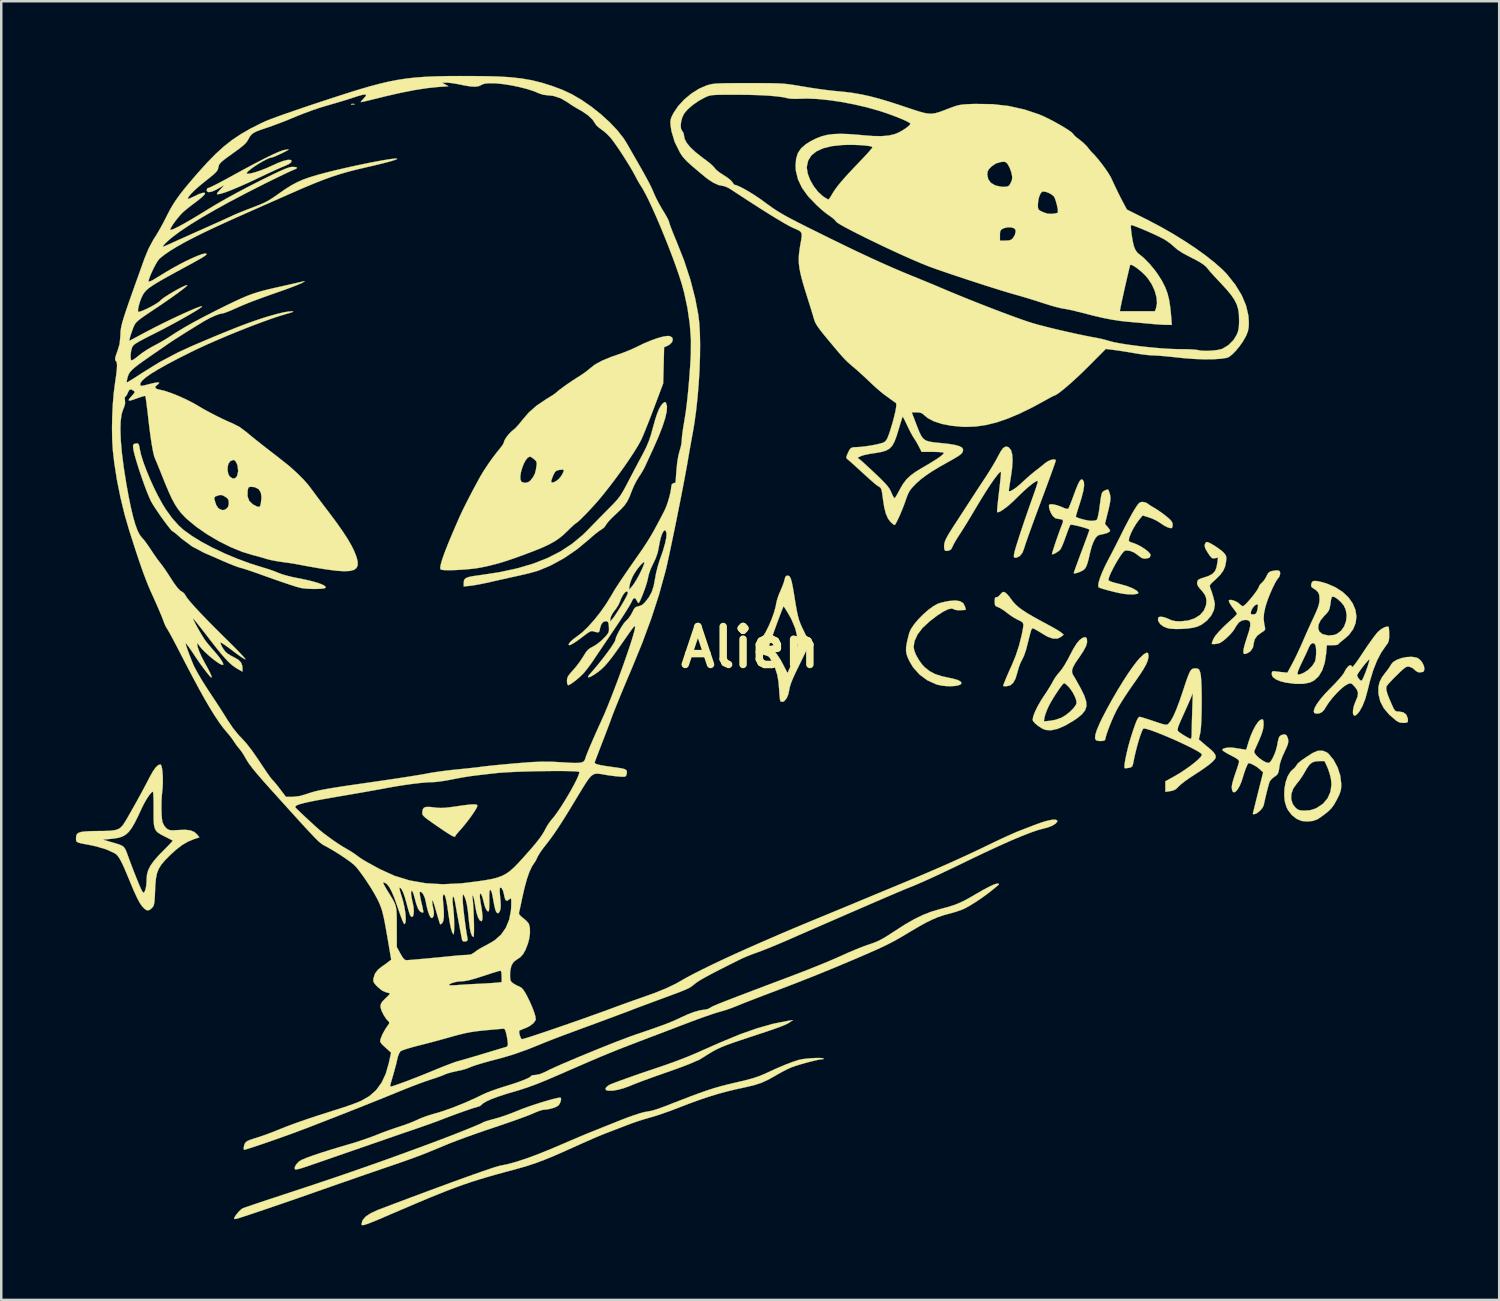
<source format=kicad_pcb>
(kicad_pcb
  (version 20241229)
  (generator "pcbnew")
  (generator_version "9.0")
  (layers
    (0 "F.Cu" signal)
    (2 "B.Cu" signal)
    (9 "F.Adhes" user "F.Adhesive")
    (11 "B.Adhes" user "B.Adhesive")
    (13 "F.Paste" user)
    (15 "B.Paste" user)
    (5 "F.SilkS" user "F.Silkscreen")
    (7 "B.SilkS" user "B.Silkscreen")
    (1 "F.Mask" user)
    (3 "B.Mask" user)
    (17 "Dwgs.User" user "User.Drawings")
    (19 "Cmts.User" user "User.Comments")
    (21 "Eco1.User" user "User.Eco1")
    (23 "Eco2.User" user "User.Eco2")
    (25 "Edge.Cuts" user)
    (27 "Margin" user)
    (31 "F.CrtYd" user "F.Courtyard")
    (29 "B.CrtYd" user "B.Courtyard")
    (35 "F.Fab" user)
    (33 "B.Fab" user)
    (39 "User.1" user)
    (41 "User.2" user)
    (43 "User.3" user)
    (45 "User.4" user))
  (footprint "Alien"
    (layer "F.Cu")
    (at 27.098 22.96)
    (property "Reference" "Alien" (at 0 0 0) (layer "F.SilkS") (effects (font (size 1.524 1.524) (thickness 0.3))))
    (attr through_hole)
    (fp_poly (pts (xy -15.906 -21.829) (xy -15.905 -21.816) (xy -15.971 -21.81) (xy -15.981 -21.81) (xy -16.046 -21.816) (xy -16.04 -21.829) (xy -16.033 -21.831) (xy -15.941 -21.837) (xy -15.906 -21.829)) (stroke (width 0.01) (type solid)) (fill yes) (layer "F.SilkS"))
    (fp_poly (pts (xy -11.038 6.314) (xy -10.982 6.332) (xy -10.964 6.364) (xy -10.964 6.366) (xy -10.99 6.441) (xy -11.062 6.565) (xy -11.168 6.724) (xy -11.299 6.905) (xy -11.444 7.093) (xy -11.594 7.274) (xy -11.714 7.408) (xy -11.796 7.502) (xy -11.846 7.57) (xy -11.853 7.588) (xy -11.866 7.613) (xy -11.91 7.609) (xy -11.992 7.571) (xy -12.119 7.496) (xy -12.298 7.379) (xy -12.538 7.216) (xy -12.573 7.192) (xy -12.794 7.039) (xy -12.955 6.924) (xy -13.064 6.84) (xy -13.132 6.776) (xy -13.167 6.725) (xy -13.18 6.679) (xy -13.18 6.639) (xy -13.162 6.52) (xy -13.114 6.447) (xy -13.023 6.414) (xy -12.874 6.414) (xy -12.723 6.432) (xy -12.568 6.449) (xy -12.422 6.455) (xy -12.262 6.448) (xy -12.065 6.427) (xy -11.823 6.393) (xy -11.525 6.35) (xy -11.3 6.323) (xy -11.141 6.311) (xy -11.038 6.314)) (stroke (width 0.01) (type solid)) (fill yes) (layer "F.SilkS"))
    (fp_poly (pts (xy 15.977 0.23) (xy 16.001 0.308) (xy 16.002 0.333) (xy 15.992 0.445) (xy 15.958 0.566) (xy 15.896 0.708) (xy 15.798 0.881) (xy 15.66 1.095) (xy 15.477 1.36) (xy 15.4 1.469) (xy 15.232 1.71) (xy 15.066 1.959) (xy 14.914 2.196) (xy 14.79 2.401) (xy 14.715 2.535) (xy 14.622 2.728) (xy 14.527 2.943) (xy 14.437 3.163) (xy 14.36 3.369) (xy 14.302 3.544) (xy 14.27 3.668) (xy 14.266 3.704) (xy 14.23 3.744) (xy 14.141 3.766) (xy 14.029 3.767) (xy 13.926 3.747) (xy 13.891 3.73) (xy 13.853 3.657) (xy 13.866 3.517) (xy 13.93 3.312) (xy 14.047 3.041) (xy 14.142 2.844) (xy 14.337 2.469) (xy 14.546 2.091) (xy 14.761 1.721) (xy 14.976 1.371) (xy 15.183 1.052) (xy 15.375 0.776) (xy 15.544 0.555) (xy 15.671 0.413) (xy 15.814 0.282) (xy 15.916 0.221) (xy 15.977 0.23)) (stroke (width 0.01) (type solid)) (fill yes) (layer "F.SilkS"))
    (fp_poly (pts (xy 26.766 0.413) (xy 26.825 0.437) (xy 26.93 0.519) (xy 27.014 0.633) (xy 27.07 0.759) (xy 27.089 0.876) (xy 27.064 0.962) (xy 27.026 0.99) (xy 26.874 1.013) (xy 26.748 0.956) (xy 26.706 0.912) (xy 26.604 0.828) (xy 26.488 0.782) (xy 26.426 0.775) (xy 26.368 0.787) (xy 26.299 0.827) (xy 26.206 0.904) (xy 26.075 1.027) (xy 25.987 1.113) (xy 25.839 1.26) (xy 25.712 1.394) (xy 25.618 1.499) (xy 25.574 1.558) (xy 25.554 1.631) (xy 25.564 1.735) (xy 25.605 1.881) (xy 25.682 2.079) (xy 25.781 2.306) (xy 25.847 2.45) (xy 25.897 2.532) (xy 25.948 2.57) (xy 26.018 2.582) (xy 26.069 2.582) (xy 26.243 2.615) (xy 26.362 2.708) (xy 26.42 2.859) (xy 26.423 2.88) (xy 26.427 2.974) (xy 26.401 3.018) (xy 26.321 3.035) (xy 26.266 3.039) (xy 26.102 3.027) (xy 25.969 2.958) (xy 25.673 2.705) (xy 25.456 2.446) (xy 25.315 2.176) (xy 25.246 1.888) (xy 25.241 1.838) (xy 25.24 1.601) (xy 25.286 1.398) (xy 25.387 1.2) (xy 25.512 1.032) (xy 25.615 0.899) (xy 25.701 0.776) (xy 25.748 0.694) (xy 25.838 0.588) (xy 25.989 0.499) (xy 26.18 0.431) (xy 26.388 0.391) (xy 26.59 0.383) (xy 26.766 0.413)) (stroke (width 0.01) (type solid)) (fill yes) (layer "F.SilkS"))
    (fp_poly (pts (xy 8.43 -1.853) (xy 8.56 -1.77) (xy 8.627 -1.64) (xy 8.663 -1.503) (xy 8.453 -1.49) (xy 8.322 -1.491) (xy 8.225 -1.507) (xy 8.198 -1.522) (xy 8.101 -1.56) (xy 7.954 -1.53) (xy 7.755 -1.434) (xy 7.505 -1.271) (xy 7.208 -1.044) (xy 6.923 -0.779) (xy 6.72 -0.514) (xy 6.6 -0.249) (xy 6.564 -0.017) (xy 6.59 0.13) (xy 6.663 0.312) (xy 6.771 0.504) (xy 6.899 0.684) (xy 7.01 0.804) (xy 7.207 0.959) (xy 7.426 1.075) (xy 7.689 1.161) (xy 7.906 1.209) (xy 8.153 1.261) (xy 8.325 1.311) (xy 8.432 1.363) (xy 8.483 1.42) (xy 8.484 1.423) (xy 8.469 1.479) (xy 8.386 1.522) (xy 8.251 1.551) (xy 8.081 1.564) (xy 7.892 1.561) (xy 7.699 1.541) (xy 7.518 1.503) (xy 7.466 1.486) (xy 7.112 1.324) (xy 6.803 1.096) (xy 6.549 0.814) (xy 6.409 0.584) (xy 6.331 0.421) (xy 6.281 0.279) (xy 6.259 0.142) (xy 6.263 -0.011) (xy 6.294 -0.197) (xy 6.351 -0.436) (xy 6.39 -0.582) (xy 6.461 -0.741) (xy 6.589 -0.929) (xy 6.758 -1.13) (xy 6.954 -1.328) (xy 7.161 -1.509) (xy 7.363 -1.656) (xy 7.545 -1.754) (xy 7.659 -1.79) (xy 7.82 -1.829) (xy 7.98 -1.86) (xy 8.238 -1.882) (xy 8.43 -1.853)) (stroke (width 0.01) (type solid)) (fill yes) (layer "F.SilkS"))
    (fp_poly (pts (xy 1.587 15.068) (xy 1.524 15.107) (xy 1.443 15.149) (xy 1.336 15.196) (xy 1.194 15.252) (xy 1.008 15.319) (xy 0.771 15.401) (xy 0.474 15.501) (xy 0.108 15.622) (xy -0.085 15.686) (xy -0.438 15.803) (xy -0.724 15.9) (xy -0.955 15.984) (xy -1.146 16.061) (xy -1.31 16.135) (xy -1.46 16.212) (xy -1.609 16.299) (xy -1.772 16.4) (xy -1.782 16.407) (xy -1.919 16.493) (xy -2.027 16.559) (xy -2.088 16.592) (xy -2.095 16.595) (xy -2.14 16.611) (xy -2.24 16.653) (xy -2.359 16.707) (xy -2.472 16.754) (xy -2.649 16.822) (xy -2.875 16.906) (xy -3.134 16.999) (xy -3.411 17.097) (xy -3.514 17.133) (xy -3.806 17.235) (xy -4.099 17.341) (xy -4.374 17.442) (xy -4.611 17.533) (xy -4.791 17.605) (xy -4.826 17.62) (xy -5.073 17.713) (xy -5.314 17.78) (xy -5.529 17.816) (xy -5.701 17.818) (xy -5.787 17.797) (xy -5.821 17.749) (xy -5.789 17.68) (xy -5.7 17.606) (xy -5.657 17.581) (xy -5.573 17.545) (xy -5.422 17.486) (xy -5.217 17.41) (xy -4.97 17.321) (xy -4.695 17.223) (xy -4.405 17.122) (xy -4.113 17.022) (xy -3.832 16.928) (xy -3.725 16.892) (xy -3.37 16.771) (xy -3 16.638) (xy -2.644 16.502) (xy -2.329 16.374) (xy -2.201 16.319) (xy -2.056 16.255) (xy -1.853 16.166) (xy -1.613 16.06) (xy -1.357 15.947) (xy -1.164 15.862) (xy -0.414 15.552) (xy 0.283 15.307) (xy 0.926 15.126) (xy 1.514 15.01) (xy 1.524 15.008) (xy 1.714 14.98) (xy 1.587 15.068)) (stroke (width 0.01) (type solid)) (fill yes) (layer "F.SilkS"))
    (fp_poly (pts (xy -18.55 -20.004) (xy -18.578 -19.98) (xy -18.662 -19.933) (xy -18.783 -19.872) (xy -18.919 -19.807) (xy -19.05 -19.747) (xy -19.156 -19.703) (xy -19.215 -19.685) (xy -19.217 -19.685) (xy -19.307 -19.664) (xy -19.437 -19.609) (xy -19.592 -19.527) (xy -19.758 -19.43) (xy -19.92 -19.325) (xy -20.062 -19.224) (xy -20.171 -19.135) (xy -20.231 -19.067) (xy -20.234 -19.035) (xy -20.172 -19.025) (xy -20.051 -19.046) (xy -19.884 -19.091) (xy -19.689 -19.156) (xy -19.481 -19.236) (xy -19.278 -19.326) (xy -19.241 -19.343) (xy -18.974 -19.464) (xy -18.752 -19.546) (xy -18.583 -19.586) (xy -18.473 -19.584) (xy -18.436 -19.558) (xy -18.443 -19.496) (xy -18.529 -19.425) (xy -18.692 -19.347) (xy -18.754 -19.323) (xy -18.847 -19.284) (xy -19.003 -19.215) (xy -19.208 -19.121) (xy -19.446 -19.011) (xy -19.704 -18.889) (xy -19.814 -18.836) (xy -20.212 -18.65) (xy -20.566 -18.493) (xy -20.868 -18.367) (xy -21.114 -18.275) (xy -21.298 -18.22) (xy -21.405 -18.203) (xy -21.432 -18.219) (xy -21.406 -18.272) (xy -21.321 -18.37) (xy -21.292 -18.402) (xy -21.198 -18.502) (xy -21.162 -18.549) (xy -21.179 -18.55) (xy -21.23 -18.52) (xy -21.458 -18.388) (xy -21.636 -18.31) (xy -21.762 -18.288) (xy -21.831 -18.321) (xy -21.844 -18.373) (xy -21.815 -18.444) (xy -21.773 -18.457) (xy -21.717 -18.477) (xy -21.598 -18.533) (xy -21.428 -18.618) (xy -21.219 -18.728) (xy -20.981 -18.857) (xy -20.831 -18.939) (xy -20.338 -19.209) (xy -19.905 -19.44) (xy -19.533 -19.632) (xy -19.224 -19.784) (xy -18.981 -19.894) (xy -18.806 -19.961) (xy -18.746 -19.978) (xy -18.633 -20) (xy -18.561 -20.006) (xy -18.55 -20.004)) (stroke (width 0.01) (type solid)) (fill yes) (layer "F.SilkS"))
    (fp_poly (pts (xy 23.17 4.224) (xy 23.234 4.275) (xy 23.44 4.525) (xy 23.602 4.827) (xy 23.708 5.157) (xy 23.748 5.491) (xy 23.748 5.513) (xy 23.743 5.656) (xy 23.72 5.779) (xy 23.673 5.91) (xy 23.592 6.079) (xy 23.569 6.124) (xy 23.458 6.321) (xy 23.352 6.467) (xy 23.228 6.591) (xy 23.135 6.667) (xy 22.996 6.772) (xy 22.869 6.861) (xy 22.78 6.917) (xy 22.775 6.919) (xy 22.589 6.98) (xy 22.367 7) (xy 22.157 6.979) (xy 21.954 6.894) (xy 21.764 6.744) (xy 21.609 6.545) (xy 21.547 6.426) (xy 21.48 6.199) (xy 21.47 6.101) (xy 21.735 6.101) (xy 21.797 6.297) (xy 21.899 6.434) (xy 21.983 6.507) (xy 22.066 6.545) (xy 22.18 6.56) (xy 22.288 6.562) (xy 22.505 6.545) (xy 22.696 6.485) (xy 22.767 6.452) (xy 23.015 6.285) (xy 23.199 6.067) (xy 23.313 5.808) (xy 23.354 5.518) (xy 23.336 5.305) (xy 23.291 5.112) (xy 23.226 4.909) (xy 23.184 4.807) (xy 23.076 4.572) (xy 22.873 4.573) (xy 22.705 4.585) (xy 22.577 4.629) (xy 22.469 4.719) (xy 22.365 4.867) (xy 22.296 4.989) (xy 22.193 5.164) (xy 22.077 5.333) (xy 21.973 5.464) (xy 21.963 5.474) (xy 21.819 5.673) (xy 21.743 5.887) (xy 21.735 6.101) (xy 21.47 6.101) (xy 21.455 5.941) (xy 21.467 5.672) (xy 21.515 5.413) (xy 21.595 5.184) (xy 21.704 5.004) (xy 21.78 4.929) (xy 21.877 4.841) (xy 21.942 4.757) (xy 21.951 4.737) (xy 22.007 4.662) (xy 22.139 4.553) (xy 22.344 4.409) (xy 22.601 4.245) (xy 22.802 4.16) (xy 22.995 4.154) (xy 23.17 4.224)) (stroke (width 0.01) (type solid)) (fill yes) (layer "F.SilkS"))
    (fp_poly (pts (xy 18.422 -4.209) (xy 18.544 -4.147) (xy 18.688 -4.059) (xy 18.833 -3.96) (xy 18.957 -3.865) (xy 19.023 -3.803) (xy 19.093 -3.719) (xy 19.125 -3.643) (xy 19.128 -3.542) (xy 19.117 -3.436) (xy 19.078 -3.242) (xy 19.003 -3.073) (xy 18.88 -2.907) (xy 18.695 -2.725) (xy 18.678 -2.709) (xy 18.557 -2.6) (xy 18.49 -2.527) (xy 18.465 -2.472) (xy 18.473 -2.414) (xy 18.494 -2.36) (xy 18.55 -2.203) (xy 18.603 -2.029) (xy 18.644 -1.866) (xy 18.666 -1.743) (xy 18.668 -1.714) (xy 18.629 -1.492) (xy 18.52 -1.273) (xy 18.353 -1.075) (xy 18.142 -0.915) (xy 17.97 -0.832) (xy 17.799 -0.787) (xy 17.574 -0.755) (xy 17.324 -0.737) (xy 17.079 -0.735) (xy 16.869 -0.75) (xy 16.779 -0.766) (xy 16.607 -0.832) (xy 16.473 -0.933) (xy 16.395 -1.052) (xy 16.383 -1.12) (xy 16.396 -1.196) (xy 16.452 -1.225) (xy 16.512 -1.228) (xy 16.629 -1.208) (xy 16.77 -1.157) (xy 16.819 -1.133) (xy 16.953 -1.077) (xy 17.1 -1.049) (xy 17.293 -1.043) (xy 17.599 -1.077) (xy 17.862 -1.165) (xy 18.075 -1.301) (xy 18.228 -1.479) (xy 18.314 -1.692) (xy 18.33 -1.843) (xy 18.315 -1.99) (xy 18.26 -2.121) (xy 18.154 -2.263) (xy 18.089 -2.334) (xy 17.993 -2.452) (xy 17.956 -2.552) (xy 17.957 -2.606) (xy 17.975 -2.678) (xy 18.023 -2.727) (xy 18.121 -2.769) (xy 18.203 -2.795) (xy 18.424 -2.87) (xy 18.575 -2.953) (xy 18.673 -3.06) (xy 18.733 -3.206) (xy 18.769 -3.401) (xy 18.795 -3.605) (xy 18.673 -3.578) (xy 18.603 -3.57) (xy 18.546 -3.591) (xy 18.485 -3.655) (xy 18.4 -3.777) (xy 18.393 -3.787) (xy 18.302 -3.938) (xy 18.262 -4.046) (xy 18.263 -4.128) (xy 18.302 -4.207) (xy 18.344 -4.233) (xy 18.422 -4.209)) (stroke (width 0.01) (type solid)) (fill yes) (layer "F.SilkS"))
    (fp_poly (pts (xy 10.237 -2.205) (xy 10.313 -2.143) (xy 10.405 -2.039) (xy 10.451 -1.976) (xy 10.545 -1.849) (xy 10.648 -1.733) (xy 10.769 -1.622) (xy 10.918 -1.509) (xy 11.106 -1.385) (xy 11.342 -1.246) (xy 11.636 -1.083) (xy 11.943 -0.917) (xy 12.129 -0.816) (xy 12.297 -0.72) (xy 12.426 -0.641) (xy 12.493 -0.593) (xy 12.594 -0.508) (xy 12.494 -0.423) (xy 12.346 -0.348) (xy 12.166 -0.348) (xy 11.953 -0.424) (xy 11.83 -0.493) (xy 11.636 -0.611) (xy 11.502 -0.69) (xy 11.415 -0.738) (xy 11.364 -0.759) (xy 11.334 -0.759) (xy 11.315 -0.744) (xy 11.312 -0.741) (xy 11.288 -0.685) (xy 11.252 -0.564) (xy 11.207 -0.396) (xy 11.158 -0.198) (xy 11.157 -0.191) (xy 11.082 0.098) (xy 11.005 0.326) (xy 10.931 0.482) (xy 10.925 0.493) (xy 10.86 0.62) (xy 10.794 0.796) (xy 10.739 0.986) (xy 10.732 1.014) (xy 10.657 1.263) (xy 10.56 1.434) (xy 10.439 1.534) (xy 10.287 1.566) (xy 10.284 1.566) (xy 10.196 1.562) (xy 10.16 1.553) (xy 10.176 1.5) (xy 10.219 1.388) (xy 10.281 1.237) (xy 10.354 1.065) (xy 10.43 0.892) (xy 10.502 0.736) (xy 10.509 0.72) (xy 10.663 0.349) (xy 10.8 -0.069) (xy 10.908 -0.497) (xy 10.937 -0.646) (xy 10.967 -0.814) (xy 10.975 -0.921) (xy 10.95 -0.989) (xy 10.881 -1.043) (xy 10.758 -1.103) (xy 10.71 -1.126) (xy 10.57 -1.205) (xy 10.41 -1.313) (xy 10.309 -1.391) (xy 10.174 -1.492) (xy 10.041 -1.574) (xy 9.96 -1.612) (xy 9.873 -1.648) (xy 9.833 -1.7) (xy 9.822 -1.797) (xy 9.821 -1.843) (xy 9.828 -1.961) (xy 9.851 -2.008) (xy 9.88 -2.007) (xy 9.942 -2.023) (xy 10.023 -2.095) (xy 10.043 -2.119) (xy 10.118 -2.203) (xy 10.175 -2.227) (xy 10.237 -2.205)) (stroke (width 0.01) (type solid)) (fill yes) (layer "F.SilkS"))
    (fp_poly (pts (xy 13.52 -0.35) (xy 13.529 -0.317) (xy 13.534 -0.197) (xy 13.491 -0.049) (xy 13.395 0.136) (xy 13.243 0.368) (xy 13.197 0.434) (xy 13.053 0.645) (xy 12.965 0.809) (xy 12.928 0.939) (xy 12.938 1.047) (xy 12.982 1.132) (xy 13.034 1.215) (xy 13.113 1.352) (xy 13.208 1.523) (xy 13.288 1.67) (xy 13.423 1.946) (xy 13.498 2.173) (xy 13.51 2.364) (xy 13.455 2.531) (xy 13.331 2.689) (xy 13.135 2.851) (xy 12.987 2.951) (xy 12.645 3.15) (xy 12.347 3.278) (xy 12.089 3.335) (xy 11.87 3.321) (xy 11.74 3.27) (xy 11.575 3.165) (xy 11.444 3.058) (xy 11.375 2.976) (xy 11.798 2.976) (xy 12.05 2.953) (xy 12.268 2.913) (xy 12.478 2.84) (xy 12.518 2.822) (xy 12.68 2.722) (xy 12.84 2.595) (xy 12.978 2.458) (xy 13.075 2.33) (xy 13.108 2.256) (xy 13.102 2.149) (xy 13.053 2.002) (xy 12.971 1.837) (xy 12.868 1.679) (xy 12.781 1.576) (xy 12.694 1.494) (xy 12.629 1.445) (xy 12.613 1.439) (xy 12.57 1.473) (xy 12.494 1.565) (xy 12.396 1.7) (xy 12.288 1.862) (xy 12.178 2.035) (xy 12.077 2.205) (xy 11.999 2.349) (xy 11.923 2.517) (xy 11.861 2.68) (xy 11.826 2.804) (xy 11.825 2.811) (xy 11.798 2.976) (xy 11.375 2.976) (xy 11.364 2.963) (xy 11.346 2.912) (xy 11.37 2.778) (xy 11.439 2.594) (xy 11.545 2.376) (xy 11.681 2.139) (xy 11.801 1.954) (xy 11.923 1.77) (xy 12.036 1.591) (xy 12.125 1.439) (xy 12.168 1.357) (xy 12.255 1.211) (xy 12.371 1.057) (xy 12.43 0.991) (xy 12.527 0.87) (xy 12.644 0.69) (xy 12.768 0.472) (xy 12.84 0.332) (xy 12.984 0.058) (xy 13.11 -0.144) (xy 13.225 -0.284) (xy 13.336 -0.369) (xy 13.408 -0.4) (xy 13.481 -0.405) (xy 13.52 -0.35)) (stroke (width 0.01) (type solid)) (fill yes) (layer "F.SilkS"))
    (fp_poly (pts (xy -24.585 -8.171) (xy -24.554 -8.09) (xy -24.534 -7.974) (xy -24.482 -7.742) (xy -24.393 -7.455) (xy -24.273 -7.13) (xy -24.13 -6.782) (xy -23.97 -6.429) (xy -23.801 -6.088) (xy -23.629 -5.774) (xy -23.482 -5.534) (xy -23.232 -5.189) (xy -22.968 -4.894) (xy -22.775 -4.719) (xy -22.449 -4.482) (xy -22.055 -4.24) (xy -21.606 -4) (xy -21.119 -3.77) (xy -20.607 -3.555) (xy -20.087 -3.364) (xy -19.572 -3.203) (xy -19.547 -3.196) (xy -19.348 -3.135) (xy -19.146 -3.064) (xy -18.981 -2.998) (xy -18.965 -2.991) (xy -18.826 -2.938) (xy -18.631 -2.881) (xy -18.41 -2.826) (xy -18.246 -2.792) (xy -17.891 -2.721) (xy -17.593 -2.65) (xy -17.355 -2.581) (xy -17.184 -2.515) (xy -17.084 -2.455) (xy -17.062 -2.402) (xy -17.072 -2.387) (xy -17.136 -2.365) (xy -17.263 -2.351) (xy -17.432 -2.345) (xy -17.621 -2.346) (xy -17.809 -2.354) (xy -17.975 -2.37) (xy -18.076 -2.388) (xy -18.232 -2.431) (xy -18.458 -2.502) (xy -18.758 -2.603) (xy -19.132 -2.732) (xy -19.582 -2.892) (xy -19.875 -2.997) (xy -20.076 -3.067) (xy -20.262 -3.129) (xy -20.41 -3.175) (xy -20.489 -3.195) (xy -20.584 -3.224) (xy -20.736 -3.28) (xy -20.925 -3.355) (xy -21.129 -3.441) (xy -21.145 -3.448) (xy -21.373 -3.548) (xy -21.607 -3.65) (xy -21.818 -3.742) (xy -21.966 -3.806) (xy -22.426 -4.051) (xy -22.862 -4.375) (xy -22.963 -4.465) (xy -23.074 -4.562) (xy -23.162 -4.631) (xy -23.207 -4.657) (xy -23.249 -4.69) (xy -23.327 -4.78) (xy -23.432 -4.915) (xy -23.555 -5.079) (xy -23.685 -5.26) (xy -23.813 -5.445) (xy -23.929 -5.619) (xy -24.024 -5.77) (xy -24.084 -5.876) (xy -24.161 -6.047) (xy -24.253 -6.273) (xy -24.353 -6.539) (xy -24.454 -6.826) (xy -24.553 -7.118) (xy -24.641 -7.398) (xy -24.715 -7.647) (xy -24.768 -7.85) (xy -24.792 -7.973) (xy -24.803 -8.09) (xy -24.789 -8.149) (xy -24.74 -8.178) (xy -24.72 -8.183) (xy -24.636 -8.197) (xy -24.585 -8.171)) (stroke (width 0.01) (type solid)) (fill yes) (layer "F.SilkS"))
    (fp_poly (pts (xy 25.652 -0.82) (xy 25.662 -0.771) (xy 25.67 -0.661) (xy 25.674 -0.515) (xy 25.67 -0.353) (xy 25.652 -0.243) (xy 25.609 -0.153) (xy 25.541 -0.061) (xy 25.35 0.216) (xy 25.182 0.538) (xy 25.033 0.916) (xy 24.898 1.36) (xy 24.805 1.736) (xy 24.713 2.07) (xy 24.603 2.353) (xy 24.48 2.573) (xy 24.414 2.656) (xy 24.333 2.733) (xy 24.279 2.747) (xy 24.243 2.723) (xy 24.216 2.645) (xy 24.221 2.515) (xy 24.254 2.359) (xy 24.311 2.202) (xy 24.321 2.18) (xy 24.4 1.99) (xy 24.421 1.84) (xy 24.381 1.709) (xy 24.284 1.579) (xy 24.197 1.488) (xy 24.136 1.45) (xy 24.071 1.456) (xy 23.998 1.483) (xy 23.875 1.558) (xy 23.722 1.686) (xy 23.556 1.85) (xy 23.393 2.032) (xy 23.249 2.217) (xy 23.156 2.36) (xy 23.056 2.518) (xy 22.963 2.612) (xy 22.859 2.656) (xy 22.744 2.666) (xy 22.663 2.64) (xy 22.642 2.563) (xy 22.677 2.443) (xy 22.764 2.285) (xy 22.901 2.096) (xy 23.083 1.881) (xy 23.307 1.648) (xy 23.317 1.639) (xy 23.486 1.467) (xy 23.638 1.303) (xy 23.76 1.161) (xy 23.786 1.127) (xy 24.384 1.127) (xy 24.408 1.198) (xy 24.464 1.277) (xy 24.527 1.334) (xy 24.563 1.345) (xy 24.595 1.301) (xy 24.646 1.195) (xy 24.708 1.044) (xy 24.75 0.932) (xy 24.81 0.76) (xy 24.854 0.616) (xy 24.878 0.519) (xy 24.879 0.491) (xy 24.851 0.505) (xy 24.787 0.571) (xy 24.701 0.673) (xy 24.605 0.793) (xy 24.513 0.917) (xy 24.438 1.025) (xy 24.392 1.103) (xy 24.384 1.127) (xy 23.786 1.127) (xy 23.839 1.056) (xy 23.856 1.025) (xy 23.942 0.869) (xy 24.028 0.764) (xy 24.103 0.718) (xy 24.158 0.738) (xy 24.18 0.792) (xy 24.207 0.784) (xy 24.273 0.71) (xy 24.374 0.574) (xy 24.507 0.382) (xy 24.63 0.197) (xy 24.779 -0.027) (xy 24.926 -0.237) (xy 25.059 -0.419) (xy 25.167 -0.558) (xy 25.233 -0.632) (xy 25.354 -0.73) (xy 25.48 -0.801) (xy 25.587 -0.834) (xy 25.652 -0.82)) (stroke (width 0.01) (type solid)) (fill yes) (layer "F.SilkS"))
    (fp_poly (pts (xy -3.402 -9.843) (xy -3.385 -9.82) (xy -3.346 -9.685) (xy -3.357 -9.482) (xy -3.418 -9.21) (xy -3.528 -8.87) (xy -3.688 -8.462) (xy -3.897 -7.986) (xy -3.969 -7.832) (xy -4.055 -7.646) (xy -4.138 -7.465) (xy -4.205 -7.318) (xy -4.221 -7.281) (xy -4.292 -7.143) (xy -4.39 -6.977) (xy -4.474 -6.85) (xy -4.575 -6.685) (xy -4.678 -6.482) (xy -4.761 -6.284) (xy -4.763 -6.278) (xy -4.852 -6.05) (xy -4.94 -5.87) (xy -5.044 -5.715) (xy -5.181 -5.561) (xy -5.366 -5.384) (xy -5.407 -5.347) (xy -5.553 -5.208) (xy -5.678 -5.077) (xy -5.765 -4.97) (xy -5.796 -4.919) (xy -5.87 -4.816) (xy -5.978 -4.734) (xy -5.984 -4.732) (xy -6.071 -4.676) (xy -6.2 -4.578) (xy -6.352 -4.451) (xy -6.469 -4.347) (xy -6.963 -3.936) (xy -7.488 -3.578) (xy -8.027 -3.285) (xy -8.509 -3.084) (xy -8.64 -3.043) (xy -8.829 -2.992) (xy -9.053 -2.936) (xy -9.287 -2.882) (xy -9.313 -2.877) (xy -9.592 -2.815) (xy -9.906 -2.745) (xy -10.214 -2.676) (xy -10.435 -2.625) (xy -10.669 -2.574) (xy -10.9 -2.528) (xy -11.102 -2.492) (xy -11.248 -2.471) (xy -11.25 -2.471) (xy -11.515 -2.444) (xy -11.515 -2.568) (xy -11.508 -2.663) (xy -11.479 -2.734) (xy -11.416 -2.786) (xy -11.307 -2.826) (xy -11.14 -2.86) (xy -10.903 -2.893) (xy -10.858 -2.899) (xy -10.078 -3.018) (xy -9.371 -3.17) (xy -8.731 -3.358) (xy -8.153 -3.584) (xy -7.631 -3.85) (xy -7.16 -4.159) (xy -6.734 -4.513) (xy -6.54 -4.703) (xy -6.363 -4.886) (xy -6.15 -5.104) (xy -5.928 -5.33) (xy -5.721 -5.539) (xy -5.694 -5.566) (xy -5.518 -5.744) (xy -5.384 -5.887) (xy -5.278 -6.016) (xy -5.185 -6.149) (xy -5.091 -6.307) (xy -4.982 -6.508) (xy -4.899 -6.668) (xy -4.764 -6.927) (xy -4.618 -7.204) (xy -4.476 -7.472) (xy -4.353 -7.703) (xy -4.316 -7.772) (xy -4.184 -8.032) (xy -4.082 -8.271) (xy -3.995 -8.525) (xy -3.919 -8.8) (xy -3.825 -9.138) (xy -3.739 -9.4) (xy -3.655 -9.597) (xy -3.572 -9.735) (xy -3.51 -9.803) (xy -3.443 -9.854) (xy -3.402 -9.843)) (stroke (width 0.01) (type solid)) (fill yes) (layer "F.SilkS"))
    (fp_poly (pts (xy 15.876 -5.822) (xy 15.959 -5.779) (xy 16.034 -5.724) (xy 16.153 -5.649) (xy 16.239 -5.599) (xy 16.38 -5.511) (xy 16.549 -5.393) (xy 16.709 -5.271) (xy 16.71 -5.271) (xy 16.845 -5.155) (xy 16.925 -5.069) (xy 16.963 -4.995) (xy 16.973 -4.921) (xy 16.959 -4.816) (xy 16.914 -4.784) (xy 16.791 -4.812) (xy 16.631 -4.89) (xy 16.458 -5.007) (xy 16.455 -5.009) (xy 16.324 -5.09) (xy 16.155 -5.17) (xy 16.032 -5.214) (xy 15.769 -5.297) (xy 15.632 -5.135) (xy 15.514 -4.976) (xy 15.398 -4.785) (xy 15.299 -4.591) (xy 15.234 -4.424) (xy 15.222 -4.378) (xy 15.21 -4.296) (xy 15.234 -4.249) (xy 15.312 -4.214) (xy 15.376 -4.195) (xy 15.537 -4.133) (xy 15.705 -4.046) (xy 15.862 -3.945) (xy 15.989 -3.844) (xy 16.069 -3.754) (xy 16.087 -3.704) (xy 16.052 -3.615) (xy 15.991 -3.583) (xy 15.851 -3.56) (xy 15.736 -3.585) (xy 15.614 -3.668) (xy 15.576 -3.702) (xy 15.425 -3.808) (xy 15.261 -3.874) (xy 15.112 -3.892) (xy 15.05 -3.879) (xy 14.987 -3.826) (xy 14.9 -3.712) (xy 14.797 -3.556) (xy 14.689 -3.374) (xy 14.585 -3.184) (xy 14.495 -3.003) (xy 14.428 -2.848) (xy 14.395 -2.737) (xy 14.393 -2.715) (xy 14.407 -2.684) (xy 14.456 -2.654) (xy 14.553 -2.619) (xy 14.711 -2.576) (xy 14.87 -2.536) (xy 15.137 -2.46) (xy 15.355 -2.374) (xy 15.512 -2.285) (xy 15.572 -2.231) (xy 15.596 -2.18) (xy 15.549 -2.15) (xy 15.527 -2.144) (xy 15.381 -2.125) (xy 15.181 -2.129) (xy 15.007 -2.147) (xy 14.877 -2.17) (xy 14.708 -2.206) (xy 14.522 -2.251) (xy 14.338 -2.299) (xy 14.176 -2.345) (xy 14.056 -2.384) (xy 13.998 -2.41) (xy 13.997 -2.411) (xy 13.98 -2.484) (xy 14.002 -2.618) (xy 14.059 -2.803) (xy 14.147 -3.026) (xy 14.262 -3.278) (xy 14.36 -3.47) (xy 14.475 -3.689) (xy 14.612 -3.954) (xy 14.756 -4.237) (xy 14.893 -4.51) (xy 14.933 -4.592) (xy 15.055 -4.834) (xy 15.182 -5.076) (xy 15.301 -5.296) (xy 15.401 -5.472) (xy 15.439 -5.535) (xy 15.536 -5.686) (xy 15.607 -5.778) (xy 15.667 -5.825) (xy 15.73 -5.841) (xy 15.76 -5.842) (xy 15.876 -5.822)) (stroke (width 0.01) (type solid)) (fill yes) (layer "F.SilkS"))
    (fp_poly (pts (xy 1.55 -2.869) (xy 1.591 -2.831) (xy 1.628 -2.757) (xy 1.664 -2.636) (xy 1.702 -2.457) (xy 1.745 -2.212) (xy 1.778 -2.011) (xy 1.828 -1.703) (xy 1.872 -1.462) (xy 1.913 -1.27) (xy 1.956 -1.111) (xy 2.008 -0.966) (xy 2.071 -0.819) (xy 2.152 -0.652) (xy 2.165 -0.625) (xy 2.249 -0.452) (xy 2.316 -0.303) (xy 2.359 -0.197) (xy 2.371 -0.156) (xy 2.353 -0.102) (xy 2.302 0.015) (xy 2.225 0.184) (xy 2.126 0.391) (xy 2.012 0.624) (xy 1.984 0.681) (xy 1.839 0.978) (xy 1.73 1.213) (xy 1.653 1.397) (xy 1.603 1.543) (xy 1.575 1.662) (xy 1.568 1.705) (xy 1.526 1.898) (xy 1.456 2.056) (xy 1.367 2.162) (xy 1.301 2.193) (xy 1.228 2.181) (xy 1.209 2.163) (xy 1.195 2.104) (xy 1.181 1.981) (xy 1.167 1.814) (xy 1.159 1.684) (xy 1.131 1.361) (xy 1.081 1.092) (xy 1.001 0.846) (xy 0.884 0.593) (xy 0.878 0.582) (xy 0.796 0.441) (xy 0.729 0.365) (xy 0.664 0.339) (xy 0.654 0.339) (xy 0.563 0.304) (xy 0.456 0.214) (xy 0.354 0.09) (xy 0.285 -0.028) (xy 0.274 -0.072) (xy 0.762 -0.072) (xy 0.793 -0.012) (xy 0.871 0.074) (xy 0.929 0.125) (xy 1.068 0.275) (xy 1.218 0.505) (xy 1.296 0.648) (xy 1.496 1.036) (xy 1.619 0.761) (xy 1.697 0.576) (xy 1.775 0.378) (xy 1.823 0.245) (xy 1.894 -0.075) (xy 1.89 -0.404) (xy 1.811 -0.751) (xy 1.656 -1.12) (xy 1.543 -1.327) (xy 1.456 -1.471) (xy 1.387 -1.58) (xy 1.344 -1.638) (xy 1.336 -1.644) (xy 1.313 -1.595) (xy 1.268 -1.482) (xy 1.206 -1.319) (xy 1.132 -1.123) (xy 1.052 -0.907) (xy 0.973 -0.688) (xy 0.899 -0.481) (xy 0.836 -0.301) (xy 0.789 -0.164) (xy 0.764 -0.084) (xy 0.762 -0.072) (xy 0.274 -0.072) (xy 0.268 -0.098) (xy 0.296 -0.165) (xy 0.378 -0.257) (xy 0.495 -0.405) (xy 0.621 -0.615) (xy 0.746 -0.866) (xy 0.861 -1.136) (xy 0.956 -1.404) (xy 1.023 -1.65) (xy 1.045 -1.772) (xy 1.077 -1.91) (xy 1.135 -2.086) (xy 1.209 -2.262) (xy 1.21 -2.265) (xy 1.283 -2.433) (xy 1.343 -2.594) (xy 1.377 -2.715) (xy 1.378 -2.72) (xy 1.408 -2.828) (xy 1.455 -2.873) (xy 1.501 -2.879) (xy 1.55 -2.869)) (stroke (width 0.01) (type solid)) (fill yes) (layer "F.SilkS"))
    (fp_poly (pts (xy -7.621 18.097) (xy -7.601 18.153) (xy -7.618 18.248) (xy -7.665 18.352) (xy -7.707 18.408) (xy -7.798 18.466) (xy -7.943 18.52) (xy -8.113 18.562) (xy -8.278 18.583) (xy -8.315 18.584) (xy -8.397 18.602) (xy -8.531 18.648) (xy -8.691 18.714) (xy -8.746 18.739) (xy -8.872 18.792) (xy -9.065 18.865) (xy -9.312 18.956) (xy -9.599 19.057) (xy -9.913 19.166) (xy -10.24 19.276) (xy -10.329 19.306) (xy -10.684 19.425) (xy -11.053 19.554) (xy -11.416 19.684) (xy -11.757 19.81) (xy -12.054 19.924) (xy -12.291 20.02) (xy -12.298 20.023) (xy -12.615 20.156) (xy -12.896 20.271) (xy -13.16 20.376) (xy -13.425 20.476) (xy -13.707 20.58) (xy -14.026 20.692) (xy -14.4 20.821) (xy -14.605 20.891) (xy -14.887 20.988) (xy -15.172 21.085) (xy -15.439 21.177) (xy -15.667 21.256) (xy -15.833 21.314) (xy -16.029 21.383) (xy -16.219 21.449) (xy -16.372 21.503) (xy -16.425 21.521) (xy -16.516 21.552) (xy -16.673 21.607) (xy -16.885 21.681) (xy -17.139 21.77) (xy -17.422 21.869) (xy -17.716 21.973) (xy -18.063 22.094) (xy -18.423 22.219) (xy -18.789 22.345) (xy -19.148 22.468) (xy -19.492 22.585) (xy -19.81 22.693) (xy -20.092 22.787) (xy -20.328 22.865) (xy -20.507 22.923) (xy -20.62 22.957) (xy -20.641 22.963) (xy -20.718 22.974) (xy -20.743 22.966) (xy -20.715 22.888) (xy -20.642 22.781) (xy -20.547 22.67) (xy -20.45 22.58) (xy -20.393 22.544) (xy -20.324 22.518) (xy -20.185 22.469) (xy -19.982 22.4) (xy -19.727 22.314) (xy -19.427 22.214) (xy -19.091 22.103) (xy -18.729 21.984) (xy -18.5 21.909) (xy -17.487 21.574) (xy -16.531 21.252) (xy -15.606 20.932) (xy -14.685 20.607) (xy -13.744 20.266) (xy -12.756 19.902) (xy -12.721 19.888) (xy -12.403 19.769) (xy -12.085 19.647) (xy -11.776 19.526) (xy -11.488 19.412) (xy -11.23 19.308) (xy -11.015 19.218) (xy -10.851 19.148) (xy -10.751 19.1) (xy -10.728 19.086) (xy -10.669 19.061) (xy -10.548 19.022) (xy -10.385 18.976) (xy -10.277 18.948) (xy -10.072 18.889) (xy -9.824 18.806) (xy -9.565 18.71) (xy -9.349 18.623) (xy -9.162 18.548) (xy -8.94 18.467) (xy -8.699 18.385) (xy -8.452 18.305) (xy -8.213 18.232) (xy -7.997 18.171) (xy -7.817 18.125) (xy -7.688 18.098) (xy -7.623 18.096) (xy -7.621 18.097)) (stroke (width 0.01) (type solid)) (fill yes) (layer "F.SilkS"))
    (fp_poly (pts (xy 21.228 -3.086) (xy 21.279 -3.048) (xy 21.294 -2.97) (xy 21.294 -2.969) (xy 21.27 -2.859) (xy 21.223 -2.789) (xy 21.16 -2.71) (xy 21.08 -2.569) (xy 20.989 -2.384) (xy 20.896 -2.174) (xy 20.809 -1.956) (xy 20.737 -1.749) (xy 20.695 -1.605) (xy 20.644 -1.364) (xy 20.629 -1.161) (xy 20.65 -0.956) (xy 20.682 -0.799) (xy 20.689 -0.725) (xy 20.656 -0.669) (xy 20.567 -0.608) (xy 20.532 -0.587) (xy 20.37 -0.464) (xy 20.267 -0.315) (xy 20.235 -0.178) (xy 20.2 0.006) (xy 20.104 0.153) (xy 20.005 0.223) (xy 19.907 0.261) (xy 19.844 0.269) (xy 19.837 0.265) (xy 19.814 0.199) (xy 19.823 0.076) (xy 19.868 -0.109) (xy 19.948 -0.364) (xy 19.963 -0.409) (xy 20.045 -0.662) (xy 20.088 -0.848) (xy 20.092 -0.976) (xy 20.056 -1.055) (xy 19.98 -1.093) (xy 19.895 -1.101) (xy 19.752 -1.076) (xy 19.632 -0.996) (xy 19.522 -0.848) (xy 19.474 -0.761) (xy 19.391 -0.639) (xy 19.267 -0.498) (xy 19.123 -0.359) (xy 18.983 -0.243) (xy 18.867 -0.172) (xy 18.858 -0.169) (xy 18.756 -0.141) (xy 18.649 -0.128) (xy 18.568 -0.131) (xy 18.542 -0.147) (xy 18.556 -0.196) (xy 18.592 -0.292) (xy 18.606 -0.327) (xy 18.682 -0.453) (xy 18.822 -0.621) (xy 19.023 -0.828) (xy 19.28 -1.067) (xy 19.378 -1.154) (xy 19.476 -1.246) (xy 19.542 -1.317) (xy 19.558 -1.345) (xy 19.542 -1.377) (xy 20.108 -1.377) (xy 20.133 -1.326) (xy 20.217 -1.319) (xy 20.225 -1.32) (xy 20.302 -1.341) (xy 20.347 -1.398) (xy 20.379 -1.514) (xy 20.398 -1.629) (xy 20.4 -1.704) (xy 20.396 -1.716) (xy 20.339 -1.723) (xy 20.265 -1.673) (xy 20.191 -1.585) (xy 20.133 -1.481) (xy 20.108 -1.38) (xy 20.108 -1.377) (xy 19.542 -1.377) (xy 19.533 -1.395) (xy 19.471 -1.483) (xy 19.437 -1.525) (xy 19.329 -1.67) (xy 19.256 -1.79) (xy 19.229 -1.871) (xy 19.235 -1.893) (xy 19.301 -1.907) (xy 19.408 -1.885) (xy 19.526 -1.837) (xy 19.625 -1.774) (xy 19.643 -1.756) (xy 19.725 -1.684) (xy 19.79 -1.651) (xy 19.794 -1.651) (xy 19.85 -1.683) (xy 19.941 -1.769) (xy 20.052 -1.891) (xy 20.171 -2.033) (xy 20.283 -2.178) (xy 20.375 -2.309) (xy 20.433 -2.411) (xy 20.447 -2.456) (xy 20.478 -2.515) (xy 20.552 -2.589) (xy 20.557 -2.593) (xy 20.644 -2.688) (xy 20.725 -2.818) (xy 20.743 -2.858) (xy 20.808 -2.978) (xy 20.882 -3.04) (xy 20.956 -3.063) (xy 21.125 -3.09) (xy 21.228 -3.086)) (stroke (width 0.01) (type solid)) (fill yes) (layer "F.SilkS"))
    (fp_poly (pts (xy 20.603 2.906) (xy 20.624 2.985) (xy 20.626 3.132) (xy 20.604 3.298) (xy 20.542 3.501) (xy 20.446 3.735) (xy 20.37 3.905) (xy 20.306 4.048) (xy 20.263 4.145) (xy 20.25 4.174) (xy 20.262 4.247) (xy 20.331 4.341) (xy 20.438 4.442) (xy 20.565 4.536) (xy 20.692 4.609) (xy 20.8 4.644) (xy 20.852 4.64) (xy 20.913 4.583) (xy 20.986 4.465) (xy 21.059 4.308) (xy 21.123 4.134) (xy 21.167 3.966) (xy 21.171 3.945) (xy 21.204 3.768) (xy 21.232 3.655) (xy 21.264 3.588) (xy 21.307 3.547) (xy 21.363 3.519) (xy 21.476 3.495) (xy 21.556 3.545) (xy 21.607 3.672) (xy 21.614 3.707) (xy 21.62 3.795) (xy 21.6 3.897) (xy 21.547 4.032) (xy 21.468 4.2) (xy 21.386 4.382) (xy 21.319 4.56) (xy 21.277 4.705) (xy 21.271 4.741) (xy 21.245 4.92) (xy 21.217 5.037) (xy 21.178 5.111) (xy 21.117 5.166) (xy 21.06 5.202) (xy 20.952 5.288) (xy 20.874 5.389) (xy 20.866 5.407) (xy 20.837 5.5) (xy 20.795 5.652) (xy 20.747 5.842) (xy 20.698 6.047) (xy 20.653 6.245) (xy 20.632 6.346) (xy 20.58 6.453) (xy 20.481 6.568) (xy 20.363 6.662) (xy 20.279 6.701) (xy 20.211 6.707) (xy 20.194 6.695) (xy 20.204 6.648) (xy 20.232 6.531) (xy 20.275 6.357) (xy 20.329 6.14) (xy 20.391 5.893) (xy 20.402 5.847) (xy 20.609 5.027) (xy 20.454 4.884) (xy 20.351 4.804) (xy 20.231 4.732) (xy 20.118 4.678) (xy 20.035 4.655) (xy 20.007 4.663) (xy 19.966 4.741) (xy 19.912 4.868) (xy 19.858 5.016) (xy 19.815 5.152) (xy 19.812 5.165) (xy 19.741 5.391) (xy 19.662 5.576) (xy 19.58 5.715) (xy 19.502 5.802) (xy 19.434 5.831) (xy 19.382 5.795) (xy 19.352 5.691) (xy 19.347 5.604) (xy 19.361 5.508) (xy 19.399 5.357) (xy 19.455 5.176) (xy 19.494 5.062) (xy 19.557 4.882) (xy 19.606 4.727) (xy 19.636 4.617) (xy 19.643 4.578) (xy 19.607 4.52) (xy 19.498 4.442) (xy 19.311 4.343) (xy 19.304 4.339) (xy 19.153 4.26) (xy 19.037 4.188) (xy 18.973 4.135) (xy 18.965 4.121) (xy 19.004 4.077) (xy 19.102 4.044) (xy 19.237 4.028) (xy 19.385 4.033) (xy 19.42 4.038) (xy 19.574 4.062) (xy 19.737 4.087) (xy 19.753 4.09) (xy 19.928 4.116) (xy 20.022 3.804) (xy 20.106 3.562) (xy 20.204 3.335) (xy 20.308 3.141) (xy 20.408 2.998) (xy 20.478 2.932) (xy 20.557 2.892) (xy 20.603 2.906)) (stroke (width 0.01) (type solid)) (fill yes) (layer "F.SilkS"))
    (fp_poly (pts (xy 22.821 -2.653) (xy 22.977 -2.617) (xy 23.148 -2.567) (xy 23.16 -2.563) (xy 23.509 -2.413) (xy 23.802 -2.225) (xy 24.035 -2.007) (xy 24.207 -1.765) (xy 24.315 -1.509) (xy 24.356 -1.246) (xy 24.328 -0.984) (xy 24.228 -0.732) (xy 24.054 -0.496) (xy 23.877 -0.339) (xy 23.756 -0.243) (xy 23.666 -0.165) (xy 23.625 -0.119) (xy 23.624 -0.116) (xy 23.584 -0.099) (xy 23.485 -0.087) (xy 23.395 -0.085) (xy 23.169 -0.085) (xy 23.14 0.255) (xy 23.084 0.621) (xy 22.983 0.925) (xy 22.839 1.165) (xy 22.654 1.335) (xy 22.493 1.414) (xy 22.232 1.468) (xy 21.911 1.47) (xy 21.526 1.42) (xy 21.518 1.419) (xy 21.293 1.362) (xy 21.116 1.286) (xy 20.999 1.197) (xy 20.955 1.102) (xy 20.955 1.098) (xy 20.96 1.035) (xy 21.989 1.035) (xy 21.999 1.088) (xy 22.051 1.096) (xy 22.145 1.066) (xy 22.248 1.021) (xy 22.422 0.909) (xy 22.578 0.752) (xy 22.687 0.58) (xy 22.697 0.556) (xy 22.723 0.435) (xy 22.737 0.268) (xy 22.737 0.095) (xy 22.722 -0.047) (xy 22.713 -0.08) (xy 22.66 -0.159) (xy 22.586 -0.167) (xy 22.508 -0.108) (xy 22.452 -0.011) (xy 22.405 0.098) (xy 22.333 0.256) (xy 22.247 0.437) (xy 22.203 0.529) (xy 22.092 0.763) (xy 22.02 0.929) (xy 21.989 1.035) (xy 20.96 1.035) (xy 20.963 0.998) (xy 20.998 0.961) (xy 21.04 0.96) (xy 21.115 0.969) (xy 21.242 0.984) (xy 21.342 0.996) (xy 21.582 1.023) (xy 21.773 0.67) (xy 21.869 0.485) (xy 21.981 0.253) (xy 22.096 0.006) (xy 22.183 -0.191) (xy 22.295 -0.448) (xy 22.425 -0.74) (xy 22.434 -0.759) (xy 22.82 -0.759) (xy 22.87 -0.627) (xy 22.99 -0.532) (xy 23.002 -0.527) (xy 23.231 -0.472) (xy 23.464 -0.497) (xy 23.568 -0.537) (xy 23.739 -0.662) (xy 23.866 -0.842) (xy 23.942 -1.057) (xy 23.965 -1.287) (xy 23.927 -1.512) (xy 23.849 -1.679) (xy 23.739 -1.813) (xy 23.603 -1.936) (xy 23.565 -1.963) (xy 23.469 -2.021) (xy 23.407 -2.039) (xy 23.366 -2.007) (xy 23.338 -1.914) (xy 23.312 -1.749) (xy 23.305 -1.696) (xy 23.279 -1.559) (xy 23.234 -1.455) (xy 23.152 -1.351) (xy 23.07 -1.268) (xy 22.92 -1.09) (xy 22.836 -0.916) (xy 22.82 -0.759) (xy 22.434 -0.759) (xy 22.555 -1.025) (xy 22.636 -1.198) (xy 22.739 -1.424) (xy 22.809 -1.595) (xy 22.85 -1.729) (xy 22.871 -1.846) (xy 22.875 -1.934) (xy 22.865 -2.093) (xy 22.819 -2.209) (xy 22.72 -2.306) (xy 22.587 -2.392) (xy 22.537 -2.45) (xy 22.543 -2.55) (xy 22.544 -2.551) (xy 22.579 -2.633) (xy 22.649 -2.664) (xy 22.712 -2.667) (xy 22.821 -2.653)) (stroke (width 0.01) (type solid)) (fill yes) (layer "F.SilkS"))
    (fp_poly (pts (xy 10.333 -8.057) (xy 10.39 -8.028) (xy 10.476 -7.924) (xy 10.526 -7.747) (xy 10.54 -7.497) (xy 10.518 -7.172) (xy 10.461 -6.771) (xy 10.458 -6.753) (xy 10.427 -6.566) (xy 10.403 -6.412) (xy 10.391 -6.31) (xy 10.39 -6.275) (xy 10.447 -6.275) (xy 10.55 -6.327) (xy 10.689 -6.423) (xy 10.849 -6.556) (xy 10.938 -6.639) (xy 11.102 -6.789) (xy 11.275 -6.94) (xy 11.429 -7.067) (xy 11.472 -7.1) (xy 11.619 -7.213) (xy 11.761 -7.327) (xy 11.849 -7.401) (xy 11.958 -7.476) (xy 12.078 -7.528) (xy 12.185 -7.551) (xy 12.258 -7.54) (xy 12.277 -7.505) (xy 12.262 -7.455) (xy 12.221 -7.334) (xy 12.156 -7.151) (xy 12.071 -6.915) (xy 11.968 -6.634) (xy 11.851 -6.318) (xy 11.723 -5.974) (xy 11.669 -5.831) (xy 11.535 -5.471) (xy 11.408 -5.128) (xy 11.293 -4.811) (xy 11.192 -4.531) (xy 11.11 -4.298) (xy 11.049 -4.121) (xy 11.014 -4.009) (xy 11.009 -3.99) (xy 10.938 -3.802) (xy 10.833 -3.669) (xy 10.705 -3.603) (xy 10.659 -3.598) (xy 10.608 -3.608) (xy 10.591 -3.651) (xy 10.601 -3.749) (xy 10.606 -3.778) (xy 10.631 -3.881) (xy 10.681 -4.054) (xy 10.753 -4.284) (xy 10.843 -4.562) (xy 10.948 -4.877) (xy 11.064 -5.218) (xy 11.188 -5.575) (xy 11.315 -5.936) (xy 11.362 -6.066) (xy 11.434 -6.27) (xy 11.494 -6.448) (xy 11.536 -6.584) (xy 11.556 -6.662) (xy 11.557 -6.669) (xy 11.529 -6.688) (xy 11.451 -6.652) (xy 11.331 -6.569) (xy 11.177 -6.445) (xy 10.999 -6.287) (xy 10.804 -6.101) (xy 10.71 -6.007) (xy 10.524 -5.827) (xy 10.345 -5.671) (xy 10.183 -5.547) (xy 10.05 -5.462) (xy 9.956 -5.426) (xy 9.92 -5.433) (xy 9.918 -5.48) (xy 9.926 -5.596) (xy 9.942 -5.768) (xy 9.965 -5.982) (xy 9.988 -6.175) (xy 10.017 -6.419) (xy 10.041 -6.64) (xy 10.06 -6.821) (xy 10.071 -6.946) (xy 10.074 -6.994) (xy 10.068 -7.047) (xy 10.045 -7.049) (xy 9.989 -6.994) (xy 9.944 -6.943) (xy 9.814 -6.775) (xy 9.648 -6.537) (xy 9.451 -6.233) (xy 9.225 -5.868) (xy 8.995 -5.482) (xy 8.852 -5.243) (xy 8.705 -5) (xy 8.565 -4.775) (xy 8.448 -4.59) (xy 8.398 -4.514) (xy 8.293 -4.351) (xy 8.203 -4.197) (xy 8.142 -4.078) (xy 8.128 -4.043) (xy 8.067 -3.931) (xy 7.97 -3.882) (xy 7.968 -3.882) (xy 7.864 -3.872) (xy 7.811 -3.903) (xy 7.791 -3.993) (xy 7.789 -4.072) (xy 7.796 -4.158) (xy 7.82 -4.25) (xy 7.867 -4.361) (xy 7.943 -4.502) (xy 8.054 -4.685) (xy 8.207 -4.923) (xy 8.246 -4.982) (xy 8.346 -5.135) (xy 8.475 -5.335) (xy 8.62 -5.557) (xy 8.762 -5.777) (xy 8.782 -5.808) (xy 8.943 -6.055) (xy 9.125 -6.335) (xy 9.307 -6.612) (xy 9.456 -6.837) (xy 9.595 -7.054) (xy 9.734 -7.28) (xy 9.856 -7.489) (xy 9.947 -7.657) (xy 9.954 -7.671) (xy 10.064 -7.873) (xy 10.158 -8.001) (xy 10.246 -8.06) (xy 10.333 -8.057)) (stroke (width 0.01) (type solid)) (fill yes) (layer "F.SilkS"))
    (fp_poly (pts (xy 13.36 -6.728) (xy 13.407 -6.641) (xy 13.414 -6.49) (xy 13.38 -6.273) (xy 13.305 -5.986) (xy 13.25 -5.809) (xy 13.187 -5.611) (xy 13.134 -5.442) (xy 13.097 -5.318) (xy 13.081 -5.256) (xy 13.081 -5.254) (xy 13.119 -5.222) (xy 13.217 -5.183) (xy 13.351 -5.144) (xy 13.499 -5.109) (xy 13.637 -5.086) (xy 13.719 -5.081) (xy 13.834 -5.091) (xy 13.915 -5.114) (xy 13.918 -5.116) (xy 13.947 -5.171) (xy 13.979 -5.297) (xy 14.013 -5.477) (xy 14.035 -5.634) (xy 14.067 -5.871) (xy 14.092 -6.038) (xy 14.116 -6.149) (xy 14.142 -6.219) (xy 14.176 -6.26) (xy 14.221 -6.288) (xy 14.248 -6.301) (xy 14.337 -6.339) (xy 14.382 -6.334) (xy 14.413 -6.27) (xy 14.432 -6.217) (xy 14.461 -6.114) (xy 14.473 -6.01) (xy 14.466 -5.888) (xy 14.439 -5.728) (xy 14.39 -5.512) (xy 14.365 -5.412) (xy 14.252 -4.961) (xy 14.369 -4.822) (xy 14.439 -4.733) (xy 14.459 -4.682) (xy 14.432 -4.644) (xy 14.411 -4.628) (xy 14.318 -4.584) (xy 14.194 -4.551) (xy 14.185 -4.549) (xy 14.065 -4.524) (xy 13.975 -4.494) (xy 13.97 -4.492) (xy 13.884 -4.408) (xy 13.798 -4.256) (xy 13.72 -4.052) (xy 13.657 -3.817) (xy 13.6 -3.564) (xy 13.551 -3.381) (xy 13.504 -3.254) (xy 13.454 -3.168) (xy 13.395 -3.11) (xy 13.356 -3.085) (xy 13.244 -3.03) (xy 13.13 -2.989) (xy 13.04 -2.969) (xy 12.997 -2.977) (xy 12.996 -2.981) (xy 13.011 -3.026) (xy 13.05 -3.139) (xy 13.111 -3.308) (xy 13.189 -3.52) (xy 13.279 -3.763) (xy 13.314 -3.855) (xy 13.407 -4.106) (xy 13.49 -4.329) (xy 13.558 -4.513) (xy 13.605 -4.645) (xy 13.629 -4.714) (xy 13.631 -4.721) (xy 13.594 -4.747) (xy 13.495 -4.783) (xy 13.358 -4.825) (xy 13.205 -4.866) (xy 13.058 -4.9) (xy 12.939 -4.922) (xy 12.871 -4.925) (xy 12.864 -4.922) (xy 12.835 -4.868) (xy 12.787 -4.752) (xy 12.727 -4.592) (xy 12.674 -4.442) (xy 12.606 -4.254) (xy 12.54 -4.09) (xy 12.483 -3.971) (xy 12.453 -3.922) (xy 12.375 -3.854) (xy 12.277 -3.791) (xy 12.185 -3.746) (xy 12.127 -3.736) (xy 12.123 -3.738) (xy 12.13 -3.781) (xy 12.161 -3.888) (xy 12.21 -4.04) (xy 12.27 -4.223) (xy 12.338 -4.419) (xy 12.406 -4.612) (xy 12.47 -4.785) (xy 12.523 -4.922) (xy 12.532 -4.944) (xy 12.569 -5.061) (xy 12.549 -5.125) (xy 12.464 -5.15) (xy 12.415 -5.152) (xy 12.267 -5.183) (xy 12.163 -5.267) (xy 12.094 -5.373) (xy 12.037 -5.503) (xy 12.004 -5.627) (xy 12.004 -5.715) (xy 12.008 -5.726) (xy 12.068 -5.749) (xy 12.182 -5.741) (xy 12.33 -5.707) (xy 12.489 -5.65) (xy 12.552 -5.621) (xy 12.682 -5.569) (xy 12.764 -5.561) (xy 12.778 -5.569) (xy 12.806 -5.622) (xy 12.855 -5.739) (xy 12.919 -5.901) (xy 12.99 -6.093) (xy 12.993 -6.101) (xy 13.089 -6.36) (xy 13.166 -6.546) (xy 13.227 -6.667) (xy 13.278 -6.731) (xy 13.324 -6.746) (xy 13.36 -6.728)) (stroke (width 0.01) (type solid)) (fill yes) (layer "F.SilkS"))
    (fp_poly (pts (xy 17.978 0.854) (xy 18.032 0.892) (xy 18.071 0.982) (xy 18.085 1.027) (xy 18.105 1.137) (xy 18.12 1.317) (xy 18.131 1.55) (xy 18.138 1.822) (xy 18.14 2.116) (xy 18.139 2.417) (xy 18.133 2.709) (xy 18.124 2.977) (xy 18.11 3.206) (xy 18.092 3.38) (xy 18.08 3.448) (xy 18.024 3.7) (xy 18.197 3.85) (xy 18.331 3.965) (xy 18.47 4.081) (xy 18.519 4.121) (xy 18.619 4.22) (xy 18.686 4.322) (xy 18.697 4.352) (xy 18.703 4.422) (xy 18.673 4.49) (xy 18.596 4.577) (xy 18.525 4.643) (xy 18.41 4.736) (xy 18.245 4.857) (xy 18.05 4.99) (xy 17.848 5.121) (xy 17.839 5.127) (xy 17.645 5.254) (xy 17.465 5.381) (xy 17.318 5.496) (xy 17.223 5.583) (xy 17.217 5.59) (xy 17.104 5.7) (xy 16.983 5.758) (xy 16.88 5.779) (xy 16.679 5.809) (xy 16.679 5.384) (xy 17.006 5.205) (xy 17.231 5.073) (xy 17.454 4.929) (xy 17.664 4.781) (xy 17.849 4.638) (xy 17.999 4.508) (xy 18.102 4.401) (xy 18.148 4.324) (xy 18.148 4.303) (xy 18.096 4.251) (xy 17.978 4.175) (xy 17.804 4.08) (xy 17.589 3.971) (xy 17.344 3.854) (xy 17.081 3.733) (xy 16.812 3.616) (xy 16.551 3.507) (xy 16.308 3.411) (xy 16.098 3.334) (xy 16.045 3.318) (xy 17.171 3.318) (xy 17.184 3.36) (xy 17.191 3.37) (xy 17.253 3.423) (xy 17.358 3.495) (xy 17.482 3.572) (xy 17.6 3.638) (xy 17.685 3.678) (xy 17.706 3.683) (xy 17.723 3.644) (xy 17.735 3.545) (xy 17.738 3.44) (xy 17.739 3.311) (xy 17.743 3.119) (xy 17.749 2.887) (xy 17.757 2.635) (xy 17.76 2.519) (xy 17.783 1.841) (xy 17.695 2.053) (xy 17.643 2.174) (xy 17.566 2.348) (xy 17.474 2.555) (xy 17.377 2.769) (xy 17.371 2.784) (xy 17.275 2.998) (xy 17.212 3.15) (xy 17.179 3.252) (xy 17.171 3.318) (xy 16.045 3.318) (xy 15.93 3.282) (xy 15.819 3.26) (xy 15.809 3.26) (xy 15.772 3.299) (xy 15.723 3.407) (xy 15.664 3.57) (xy 15.6 3.774) (xy 15.535 4.006) (xy 15.473 4.251) (xy 15.419 4.496) (xy 15.387 4.663) (xy 15.357 4.77) (xy 15.3 4.822) (xy 15.211 4.846) (xy 15.107 4.859) (xy 15.046 4.856) (xy 15.042 4.854) (xy 15.033 4.795) (xy 15.044 4.671) (xy 15.073 4.496) (xy 15.117 4.286) (xy 15.171 4.056) (xy 15.234 3.821) (xy 15.287 3.641) (xy 15.383 3.341) (xy 15.461 3.115) (xy 15.524 2.956) (xy 15.576 2.854) (xy 15.619 2.804) (xy 15.646 2.794) (xy 15.705 2.807) (xy 15.827 2.843) (xy 15.995 2.896) (xy 16.191 2.961) (xy 16.213 2.968) (xy 16.425 3.04) (xy 16.572 3.085) (xy 16.669 3.108) (xy 16.732 3.11) (xy 16.774 3.095) (xy 16.803 3.072) (xy 16.9 2.952) (xy 17.007 2.757) (xy 17.126 2.484) (xy 17.258 2.132) (xy 17.378 1.778) (xy 17.476 1.481) (xy 17.554 1.254) (xy 17.616 1.089) (xy 17.669 0.976) (xy 17.718 0.905) (xy 17.768 0.866) (xy 17.823 0.85) (xy 17.885 0.847) (xy 17.978 0.854)) (stroke (width 0.01) (type solid)) (fill yes) (layer "F.SilkS"))
    (fp_poly (pts (xy 2.913 16.511) (xy 2.949 16.524) (xy 2.939 16.547) (xy 2.896 16.552) (xy 2.795 16.564) (xy 2.634 16.597) (xy 2.434 16.645) (xy 2.216 16.702) (xy 1.999 16.764) (xy 1.806 16.824) (xy 1.658 16.877) (xy 1.491 16.952) (xy 1.289 17.055) (xy 1.085 17.168) (xy 1.016 17.209) (xy 0.729 17.371) (xy 0.463 17.493) (xy 0.184 17.587) (xy -0.142 17.666) (xy -0.169 17.672) (xy -0.581 17.762) (xy -0.955 17.852) (xy -1.308 17.949) (xy -1.662 18.057) (xy -2.033 18.182) (xy -2.441 18.331) (xy -2.906 18.509) (xy -2.963 18.532) (xy -3.222 18.63) (xy -3.491 18.725) (xy -3.743 18.81) (xy -3.955 18.875) (xy -4.025 18.894) (xy -4.243 18.957) (xy -4.501 19.038) (xy -4.758 19.127) (xy -4.892 19.177) (xy -5.12 19.265) (xy -5.362 19.357) (xy -5.581 19.441) (xy -5.694 19.484) (xy -5.833 19.538) (xy -5.977 19.596) (xy -6.137 19.662) (xy -6.323 19.742) (xy -6.546 19.84) (xy -6.817 19.96) (xy -7.146 20.108) (xy -7.429 20.235) (xy -7.878 20.433) (xy -8.273 20.595) (xy -8.634 20.73) (xy -8.98 20.844) (xy -9.331 20.945) (xy -9.348 20.949) (xy -9.788 21.068) (xy -10.183 21.176) (xy -10.542 21.279) (xy -10.876 21.378) (xy -11.194 21.479) (xy -11.508 21.585) (xy -11.826 21.7) (xy -12.16 21.826) (xy -12.52 21.968) (xy -12.916 22.13) (xy -13.357 22.315) (xy -13.855 22.527) (xy -14.42 22.769) (xy -14.457 22.785) (xy -14.789 22.928) (xy -15.052 23.039) (xy -15.254 23.121) (xy -15.402 23.177) (xy -15.505 23.209) (xy -15.57 23.221) (xy -15.605 23.214) (xy -15.62 23.191) (xy -15.621 23.174) (xy -15.58 23.023) (xy -15.457 22.879) (xy -15.25 22.74) (xy -14.96 22.607) (xy -14.922 22.593) (xy -14.259 22.342) (xy -13.627 22.104) (xy -13.031 21.882) (xy -12.476 21.677) (xy -11.965 21.489) (xy -11.505 21.322) (xy -11.099 21.177) (xy -10.751 21.055) (xy -10.466 20.957) (xy -10.248 20.886) (xy -10.103 20.843) (xy -10.053 20.832) (xy -9.742 20.768) (xy -9.395 20.672) (xy -9.002 20.544) (xy -8.557 20.38) (xy -8.054 20.178) (xy -7.493 19.939) (xy -7.231 19.826) (xy -6.961 19.711) (xy -6.708 19.604) (xy -6.493 19.515) (xy -6.392 19.475) (xy -6.217 19.405) (xy -5.986 19.312) (xy -5.721 19.206) (xy -5.445 19.096) (xy -5.242 19.014) (xy -4.987 18.915) (xy -4.738 18.825) (xy -4.514 18.75) (xy -4.334 18.696) (xy -4.226 18.671) (xy -4.108 18.651) (xy -4.005 18.631) (xy -3.904 18.607) (xy -3.793 18.574) (xy -3.66 18.529) (xy -3.491 18.467) (xy -3.275 18.385) (xy -2.998 18.277) (xy -2.836 18.214) (xy -2.422 18.054) (xy -2.068 17.922) (xy -1.755 17.812) (xy -1.466 17.719) (xy -1.181 17.637) (xy -0.884 17.56) (xy -0.556 17.483) (xy -0.466 17.462) (xy -0.128 17.382) (xy 0.147 17.304) (xy 0.382 17.223) (xy 0.599 17.132) (xy 0.635 17.115) (xy 1.039 16.929) (xy 1.399 16.776) (xy 1.705 16.659) (xy 1.948 16.581) (xy 1.97 16.575) (xy 2.107 16.548) (xy 2.28 16.526) (xy 2.468 16.51) (xy 2.65 16.502) (xy 2.806 16.502) (xy 2.913 16.511)) (stroke (width 0.01) (type solid)) (fill yes) (layer "F.SilkS"))
    (fp_poly (pts (xy -23.694 4.711) (xy -23.661 4.764) (xy -23.634 4.883) (xy -23.615 5.051) (xy -23.605 5.248) (xy -23.604 5.458) (xy -23.615 5.66) (xy -23.625 5.75) (xy -23.647 5.977) (xy -23.659 6.23) (xy -23.661 6.484) (xy -23.654 6.72) (xy -23.638 6.914) (xy -23.615 7.035) (xy -23.547 7.175) (xy -23.451 7.282) (xy -23.446 7.286) (xy -23.377 7.328) (xy -23.302 7.35) (xy -23.196 7.355) (xy -23.037 7.347) (xy -22.973 7.342) (xy -22.699 7.333) (xy -22.491 7.359) (xy -22.336 7.423) (xy -22.223 7.526) (xy -22.135 7.638) (xy -22.342 7.705) (xy -22.589 7.805) (xy -22.828 7.944) (xy -23.076 8.135) (xy -23.316 8.355) (xy -23.517 8.558) (xy -23.666 8.734) (xy -23.77 8.902) (xy -23.84 9.083) (xy -23.882 9.297) (xy -23.907 9.562) (xy -23.916 9.762) (xy -23.926 10.001) (xy -23.937 10.172) (xy -23.951 10.288) (xy -23.971 10.367) (xy -23.999 10.423) (xy -24.039 10.471) (xy -24.042 10.474) (xy -24.143 10.558) (xy -24.235 10.573) (xy -24.334 10.516) (xy -24.448 10.396) (xy -24.535 10.265) (xy -24.642 10.064) (xy -24.762 9.805) (xy -24.866 9.559) (xy -25.007 9.219) (xy -25.121 8.947) (xy -25.215 8.737) (xy -25.294 8.578) (xy -25.361 8.461) (xy -25.423 8.377) (xy -25.483 8.317) (xy -25.548 8.272) (xy -25.565 8.262) (xy -25.884 8.118) (xy -26.282 8) (xy -26.573 7.938) (xy -26.788 7.899) (xy -26.934 7.868) (xy -27.024 7.839) (xy -27.072 7.805) (xy -27.09 7.759) (xy -27.092 7.729) (xy -26.014 7.729) (xy -25.76 7.804) (xy -25.53 7.87) (xy -25.365 7.921) (xy -25.251 7.969) (xy -25.172 8.028) (xy -25.113 8.11) (xy -25.061 8.229) (xy -25 8.398) (xy -24.96 8.509) (xy -24.875 8.736) (xy -24.779 8.986) (xy -24.69 9.213) (xy -24.666 9.271) (xy -24.566 9.517) (xy -24.49 9.692) (xy -24.435 9.801) (xy -24.395 9.854) (xy -24.363 9.855) (xy -24.335 9.813) (xy -24.305 9.735) (xy -24.303 9.73) (xy -24.278 9.614) (xy -24.261 9.454) (xy -24.257 9.336) (xy -24.243 9.141) (xy -24.194 8.959) (xy -24.104 8.777) (xy -23.965 8.582) (xy -23.769 8.359) (xy -23.611 8.198) (xy -23.462 8.047) (xy -23.338 7.919) (xy -23.25 7.824) (xy -23.208 7.774) (xy -23.206 7.769) (xy -23.248 7.746) (xy -23.346 7.695) (xy -23.483 7.625) (xy -23.526 7.604) (xy -23.68 7.524) (xy -23.795 7.452) (xy -23.876 7.373) (xy -23.929 7.274) (xy -23.96 7.142) (xy -23.974 6.961) (xy -23.977 6.719) (xy -23.976 6.51) (xy -23.976 6.276) (xy -23.98 6.074) (xy -23.987 5.918) (xy -23.996 5.823) (xy -24.004 5.8) (xy -24.061 5.835) (xy -24.144 5.932) (xy -24.24 6.074) (xy -24.341 6.245) (xy -24.435 6.43) (xy -24.45 6.462) (xy -24.606 6.799) (xy -24.741 7.066) (xy -24.863 7.272) (xy -24.981 7.425) (xy -25.104 7.535) (xy -25.241 7.609) (xy -25.4 7.657) (xy -25.591 7.688) (xy -25.688 7.698) (xy -26.014 7.729) (xy -27.092 7.729) (xy -27.093 7.694) (xy -27.093 7.666) (xy -27.085 7.573) (xy -27.053 7.502) (xy -26.987 7.452) (xy -26.877 7.418) (xy -26.711 7.398) (xy -26.481 7.387) (xy -26.224 7.383) (xy -25.927 7.38) (xy -25.7 7.37) (xy -25.529 7.348) (xy -25.401 7.308) (xy -25.3 7.244) (xy -25.214 7.15) (xy -25.127 7.019) (xy -25.048 6.887) (xy -24.857 6.553) (xy -24.659 6.201) (xy -24.468 5.852) (xy -24.295 5.529) (xy -24.152 5.254) (xy -24.139 5.228) (xy -24.011 4.997) (xy -23.893 4.83) (xy -23.789 4.732) (xy -23.704 4.708) (xy -23.694 4.711)) (stroke (width 0.01) (type solid)) (fill yes) (layer "F.SilkS"))
    (fp_poly (pts (xy -3.235 -12.505) (xy -3.141 -12.451) (xy -3.112 -12.366) (xy -3.142 -12.268) (xy -3.228 -12.173) (xy -3.336 -12.111) (xy -3.462 -12.059) (xy -3.48 -11.332) (xy -3.499 -10.604) (xy -3.881 -9.588) (xy -3.993 -9.296) (xy -4.102 -9.015) (xy -4.204 -8.759) (xy -4.292 -8.545) (xy -4.361 -8.385) (xy -4.395 -8.313) (xy -4.519 -8.089) (xy -4.689 -7.815) (xy -4.895 -7.504) (xy -5.128 -7.169) (xy -5.378 -6.825) (xy -5.635 -6.484) (xy -5.891 -6.16) (xy -6.066 -5.948) (xy -6.199 -5.794) (xy -6.351 -5.627) (xy -6.508 -5.458) (xy -6.661 -5.3) (xy -6.797 -5.163) (xy -6.906 -5.061) (xy -6.975 -5.003) (xy -6.992 -4.995) (xy -7.033 -4.967) (xy -7.121 -4.891) (xy -7.24 -4.778) (xy -7.354 -4.666) (xy -7.517 -4.513) (xy -7.683 -4.378) (xy -7.863 -4.257) (xy -8.072 -4.141) (xy -8.321 -4.023) (xy -8.624 -3.898) (xy -8.992 -3.757) (xy -9.073 -3.727) (xy -9.437 -3.595) (xy -9.745 -3.489) (xy -10.018 -3.403) (xy -10.277 -3.331) (xy -10.544 -3.266) (xy -10.795 -3.211) (xy -10.979 -3.179) (xy -11.201 -3.151) (xy -11.445 -3.128) (xy -11.694 -3.111) (xy -11.932 -3.1) (xy -12.143 -3.097) (xy -12.31 -3.102) (xy -12.417 -3.116) (xy -12.442 -3.126) (xy -12.46 -3.188) (xy -12.439 -3.324) (xy -12.379 -3.533) (xy -12.279 -3.815) (xy -12.139 -4.171) (xy -11.96 -4.601) (xy -11.741 -5.106) (xy -11.678 -5.249) (xy -11.57 -5.482) (xy -11.428 -5.768) (xy -11.263 -6.09) (xy -11.084 -6.43) (xy -10.901 -6.767) (xy -10.849 -6.86) (xy -9.241 -6.86) (xy -9.233 -6.728) (xy -9.189 -6.647) (xy -9.184 -6.644) (xy -9.052 -6.606) (xy -8.916 -6.638) (xy -8.889 -6.659) (xy -8.001 -6.659) (xy -7.972 -6.62) (xy -7.898 -6.63) (xy -7.796 -6.683) (xy -7.697 -6.762) (xy -7.618 -6.853) (xy -7.55 -6.961) (xy -7.504 -7.061) (xy -7.496 -7.126) (xy -7.5 -7.133) (xy -7.55 -7.139) (xy -7.649 -7.13) (xy -7.676 -7.126) (xy -7.778 -7.099) (xy -7.845 -7.045) (xy -7.905 -6.938) (xy -7.917 -6.91) (xy -7.966 -6.786) (xy -7.997 -6.688) (xy -8.001 -6.659) (xy -8.889 -6.659) (xy -8.837 -6.699) (xy -8.725 -6.841) (xy -8.657 -6.973) (xy -8.614 -7.136) (xy -8.602 -7.209) (xy -8.583 -7.348) (xy -8.585 -7.432) (xy -8.615 -7.491) (xy -8.681 -7.553) (xy -8.688 -7.558) (xy -8.778 -7.626) (xy -8.844 -7.661) (xy -8.853 -7.662) (xy -8.937 -7.624) (xy -9.022 -7.522) (xy -9.102 -7.375) (xy -9.168 -7.203) (xy -9.217 -7.025) (xy -9.241 -6.86) (xy -10.849 -6.86) (xy -10.838 -6.879) (xy -10.705 -7.101) (xy -10.538 -7.353) (xy -10.359 -7.607) (xy -10.188 -7.831) (xy -10.112 -7.924) (xy -10.012 -8.048) (xy -9.939 -8.152) (xy -9.906 -8.218) (xy -9.906 -8.222) (xy -9.877 -8.315) (xy -9.803 -8.438) (xy -9.701 -8.568) (xy -9.59 -8.68) (xy -9.538 -8.721) (xy -9.443 -8.802) (xy -9.323 -8.931) (xy -9.198 -9.082) (xy -9.161 -9.131) (xy -8.897 -9.438) (xy -8.58 -9.715) (xy -8.195 -9.974) (xy -8.163 -9.993) (xy -8.019 -10.081) (xy -7.901 -10.158) (xy -7.829 -10.21) (xy -7.824 -10.214) (xy -7.718 -10.305) (xy -7.56 -10.426) (xy -7.369 -10.564) (xy -7.165 -10.703) (xy -6.967 -10.831) (xy -6.921 -10.86) (xy -6.751 -10.97) (xy -6.591 -11.084) (xy -6.468 -11.182) (xy -6.438 -11.209) (xy -6.236 -11.366) (xy -5.949 -11.52) (xy -5.579 -11.673) (xy -5.337 -11.756) (xy -5.111 -11.836) (xy -4.873 -11.93) (xy -4.661 -12.023) (xy -4.575 -12.065) (xy -4.274 -12.21) (xy -3.986 -12.331) (xy -3.723 -12.424) (xy -3.498 -12.486) (xy -3.323 -12.511) (xy -3.235 -12.505)) (stroke (width 0.01) (type solid)) (fill yes) (layer "F.SilkS"))
    (fp_poly (pts (xy 9.976 9.497) (xy 9.977 9.498) (xy 9.99 9.535) (xy 9.987 9.538) (xy 9.948 9.569) (xy 9.862 9.64) (xy 9.747 9.736) (xy 9.737 9.744) (xy 9.53 9.906) (xy 9.293 10.077) (xy 9.049 10.241) (xy 8.819 10.383) (xy 8.625 10.49) (xy 8.583 10.511) (xy 8.436 10.57) (xy 8.241 10.634) (xy 8.036 10.693) (xy 7.983 10.707) (xy 7.757 10.769) (xy 7.539 10.844) (xy 7.314 10.939) (xy 7.067 11.06) (xy 6.784 11.216) (xy 6.45 11.412) (xy 6.356 11.469) (xy 6.135 11.601) (xy 5.937 11.716) (xy 5.747 11.821) (xy 5.554 11.921) (xy 5.344 12.024) (xy 5.106 12.134) (xy 4.826 12.258) (xy 4.493 12.403) (xy 4.131 12.558) (xy 3.397 12.867) (xy 2.664 13.166) (xy 1.907 13.465) (xy 1.102 13.775) (xy 0.804 13.887) (xy 0.507 14) (xy 0.214 14.112) (xy -0.058 14.218) (xy -0.293 14.31) (xy -0.475 14.384) (xy -0.549 14.415) (xy -0.76 14.497) (xy -0.989 14.577) (xy -1.195 14.638) (xy -1.227 14.646) (xy -1.356 14.683) (xy -1.549 14.746) (xy -1.79 14.829) (xy -2.064 14.927) (xy -2.357 15.035) (xy -2.561 15.112) (xy -2.91 15.245) (xy -3.299 15.394) (xy -3.701 15.547) (xy -4.088 15.694) (xy -4.431 15.824) (xy -4.508 15.854) (xy -4.838 15.98) (xy -5.145 16.099) (xy -5.442 16.217) (xy -5.743 16.339) (xy -6.059 16.471) (xy -6.403 16.617) (xy -6.787 16.783) (xy -7.225 16.973) (xy -7.684 17.174) (xy -8.166 17.381) (xy -8.586 17.551) (xy -8.957 17.687) (xy -9.289 17.795) (xy -9.377 17.821) (xy -9.794 17.944) (xy -10.134 18.055) (xy -10.402 18.155) (xy -10.605 18.247) (xy -10.748 18.334) (xy -10.837 18.417) (xy -10.837 18.417) (xy -10.89 18.445) (xy -10.986 18.475) (xy -11.103 18.508) (xy -11.281 18.566) (xy -11.502 18.642) (xy -11.748 18.73) (xy -12.001 18.823) (xy -12.243 18.914) (xy -12.34 18.952) (xy -12.519 19.021) (xy -12.753 19.107) (xy -13.015 19.201) (xy -13.281 19.294) (xy -13.377 19.327) (xy -13.666 19.426) (xy -13.991 19.537) (xy -14.315 19.649) (xy -14.601 19.748) (xy -14.647 19.764) (xy -14.941 19.866) (xy -15.271 19.98) (xy -15.624 20.102) (xy -15.989 20.229) (xy -16.352 20.354) (xy -16.7 20.475) (xy -17.021 20.586) (xy -17.303 20.683) (xy -17.532 20.763) (xy -17.696 20.819) (xy -17.716 20.826) (xy -17.95 20.905) (xy -18.115 20.955) (xy -18.223 20.979) (xy -18.282 20.979) (xy -18.302 20.966) (xy -18.303 20.888) (xy -18.248 20.784) (xy -18.15 20.677) (xy -18.111 20.646) (xy -18.009 20.589) (xy -17.828 20.514) (xy -17.572 20.421) (xy -17.244 20.311) (xy -16.848 20.186) (xy -16.388 20.047) (xy -16.044 19.947) (xy -15.781 19.866) (xy -15.494 19.77) (xy -15.219 19.672) (xy -15.007 19.59) (xy -14.765 19.495) (xy -14.494 19.396) (xy -14.236 19.307) (xy -14.107 19.265) (xy -13.888 19.192) (xy -13.662 19.108) (xy -13.465 19.026) (xy -13.388 18.99) (xy -13.198 18.907) (xy -12.973 18.824) (xy -12.762 18.76) (xy -12.76 18.76) (xy -12.374 18.646) (xy -11.942 18.493) (xy -11.486 18.31) (xy -11.029 18.106) (xy -10.765 17.977) (xy -10.606 17.906) (xy -10.393 17.822) (xy -10.15 17.737) (xy -9.906 17.658) (xy -9.876 17.649) (xy -9.572 17.554) (xy -9.306 17.464) (xy -9.087 17.382) (xy -8.925 17.311) (xy -8.829 17.255) (xy -8.805 17.224) (xy -8.768 17.201) (xy -8.674 17.188) (xy -8.64 17.187) (xy -8.464 17.155) (xy -8.237 17.06) (xy -8.184 17.033) (xy -8.033 16.958) (xy -7.814 16.857) (xy -7.54 16.737) (xy -7.223 16.601) (xy -6.875 16.454) (xy -6.509 16.303) (xy -6.135 16.15) (xy -5.767 16.003) (xy -5.417 15.864) (xy -5.095 15.741) (xy -4.815 15.636) (xy -4.589 15.556) (xy -4.572 15.55) (xy -4.162 15.411) (xy -3.822 15.293) (xy -3.54 15.192) (xy -3.307 15.104) (xy -3.111 15.024) (xy -2.941 14.949) (xy -2.798 14.881) (xy -2.526 14.756) (xy -2.268 14.658) (xy -2.04 14.591) (xy -1.863 14.563) (xy -1.842 14.563) (xy -1.709 14.537) (xy -1.601 14.481) (xy -1.575 14.463) (xy -1.537 14.442) (xy -1.479 14.414) (xy -1.399 14.379) (xy -1.29 14.333) (xy -1.148 14.276) (xy -0.967 14.205) (xy -0.742 14.118) (xy -0.469 14.013) (xy -0.142 13.888) (xy 0.244 13.742) (xy 0.693 13.572) (xy 1.212 13.376) (xy 1.805 13.152) (xy 1.82 13.146) (xy 2.161 13.016) (xy 2.515 12.876) (xy 2.864 12.735) (xy 3.189 12.6) (xy 3.469 12.48) (xy 3.662 12.393) (xy 3.922 12.276) (xy 4.195 12.161) (xy 4.455 12.056) (xy 4.677 11.973) (xy 4.772 11.941) (xy 4.954 11.879) (xy 5.115 11.813) (xy 5.275 11.733) (xy 5.455 11.629) (xy 5.672 11.49) (xy 5.809 11.4) (xy 6.223 11.134) (xy 6.595 10.922) (xy 6.94 10.755) (xy 7.275 10.624) (xy 7.616 10.523) (xy 7.62 10.522) (xy 7.917 10.442) (xy 8.159 10.368) (xy 8.372 10.287) (xy 8.581 10.19) (xy 8.813 10.064) (xy 9.046 9.928) (xy 9.344 9.757) (xy 9.59 9.626) (xy 9.78 9.537) (xy 9.911 9.494) (xy 9.976 9.497)) (stroke (width 0.01) (type solid)) (fill yes) (layer "F.SilkS"))
    (fp_poly (pts (xy 0.319 -22.669) (xy 0.63 -22.668) (xy 0.883 -22.665) (xy 1.092 -22.66) (xy 1.27 -22.651) (xy 1.43 -22.638) (xy 1.586 -22.619) (xy 1.751 -22.595) (xy 1.938 -22.564) (xy 2.117 -22.533) (xy 2.412 -22.485) (xy 2.725 -22.438) (xy 3.027 -22.397) (xy 3.291 -22.366) (xy 3.429 -22.352) (xy 3.798 -22.316) (xy 4.138 -22.272) (xy 4.464 -22.216) (xy 4.795 -22.144) (xy 5.145 -22.053) (xy 5.532 -21.939) (xy 5.972 -21.798) (xy 6.238 -21.709) (xy 6.548 -21.605) (xy 6.792 -21.527) (xy 6.987 -21.474) (xy 7.147 -21.446) (xy 7.289 -21.441) (xy 7.428 -21.46) (xy 7.579 -21.502) (xy 7.758 -21.566) (xy 7.944 -21.638) (xy 8.124 -21.706) (xy 8.265 -21.754) (xy 8.391 -21.787) (xy 8.523 -21.808) (xy 8.682 -21.821) (xy 8.892 -21.83) (xy 9.041 -21.834) (xy 9.736 -21.825) (xy 10.391 -21.75) (xy 11.026 -21.607) (xy 11.589 -21.419) (xy 11.765 -21.345) (xy 11.968 -21.248) (xy 12.185 -21.136) (xy 12.401 -21.017) (xy 12.602 -20.9) (xy 12.773 -20.792) (xy 12.899 -20.703) (xy 12.966 -20.641) (xy 12.97 -20.633) (xy 13.025 -20.565) (xy 13.126 -20.475) (xy 13.215 -20.408) (xy 13.36 -20.293) (xy 13.499 -20.16) (xy 13.557 -20.092) (xy 13.639 -19.989) (xy 13.699 -19.916) (xy 13.718 -19.897) (xy 13.829 -19.786) (xy 13.968 -19.624) (xy 14.12 -19.432) (xy 14.267 -19.233) (xy 14.394 -19.046) (xy 14.484 -18.893) (xy 14.501 -18.86) (xy 14.649 -18.542) (xy 14.773 -18.284) (xy 14.882 -18.064) (xy 14.987 -17.864) (xy 14.998 -17.843) (xy 15.134 -17.59) (xy 15.939 -17.187) (xy 16.451 -16.919) (xy 16.955 -16.633) (xy 17.439 -16.335) (xy 17.895 -16.033) (xy 18.31 -15.734) (xy 18.674 -15.445) (xy 18.978 -15.174) (xy 19.155 -14.991) (xy 19.489 -14.571) (xy 19.746 -14.15) (xy 19.922 -13.732) (xy 20.017 -13.32) (xy 20.035 -13.047) (xy 20.027 -12.856) (xy 19.998 -12.704) (xy 19.939 -12.551) (xy 19.903 -12.476) (xy 19.794 -12.286) (xy 19.659 -12.094) (xy 19.513 -11.917) (xy 19.368 -11.77) (xy 19.239 -11.669) (xy 19.16 -11.633) (xy 18.918 -11.595) (xy 18.609 -11.574) (xy 18.249 -11.571) (xy 17.855 -11.585) (xy 17.442 -11.616) (xy 17.239 -11.637) (xy 16.971 -11.666) (xy 16.712 -11.692) (xy 16.481 -11.712) (xy 16.299 -11.724) (xy 16.202 -11.728) (xy 16.047 -11.736) (xy 15.84 -11.758) (xy 15.613 -11.789) (xy 15.473 -11.813) (xy 15.235 -11.854) (xy 14.98 -11.895) (xy 14.749 -11.929) (xy 14.647 -11.943) (xy 14.287 -11.989) (xy 13.577 -11.276) (xy 13.34 -11.043) (xy 13.105 -10.821) (xy 12.879 -10.616) (xy 12.672 -10.436) (xy 12.492 -10.29) (xy 12.35 -10.184) (xy 12.253 -10.126) (xy 12.223 -10.118) (xy 12.178 -10.098) (xy 12.079 -10.047) (xy 11.948 -9.975) (xy 11.931 -9.965) (xy 11.354 -9.651) (xy 10.828 -9.393) (xy 10.345 -9.189) (xy 9.897 -9.036) (xy 9.475 -8.932) (xy 9.071 -8.873) (xy 8.675 -8.856) (xy 8.511 -8.861) (xy 8.081 -8.902) (xy 7.703 -8.975) (xy 7.385 -9.078) (xy 7.134 -9.208) (xy 6.988 -9.33) (xy 6.9 -9.403) (xy 6.792 -9.435) (xy 6.687 -9.44) (xy 6.488 -9.44) (xy 6.686 -8.923) (xy 6.779 -8.684) (xy 6.861 -8.511) (xy 6.946 -8.391) (xy 7.051 -8.313) (xy 7.192 -8.265) (xy 7.385 -8.234) (xy 7.647 -8.208) (xy 7.647 -8.208) (xy 7.978 -8.172) (xy 8.23 -8.13) (xy 8.406 -8.08) (xy 8.512 -8.021) (xy 8.551 -7.952) (xy 8.551 -7.942) (xy 8.544 -7.876) (xy 8.514 -7.815) (xy 8.452 -7.751) (xy 8.347 -7.676) (xy 8.187 -7.579) (xy 7.963 -7.454) (xy 7.959 -7.451) (xy 7.598 -7.248) (xy 7.302 -7.069) (xy 7.059 -6.906) (xy 6.856 -6.752) (xy 6.681 -6.597) (xy 6.625 -6.542) (xy 6.492 -6.401) (xy 6.4 -6.279) (xy 6.331 -6.143) (xy 6.263 -5.962) (xy 6.252 -5.927) (xy 6.183 -5.733) (xy 6.103 -5.53) (xy 6.021 -5.332) (xy 5.941 -5.157) (xy 5.872 -5.018) (xy 5.82 -4.932) (xy 5.796 -4.911) (xy 5.749 -4.938) (xy 5.669 -5.007) (xy 5.635 -5.04) (xy 5.532 -5.177) (xy 5.449 -5.368) (xy 5.384 -5.622) (xy 5.332 -5.949) (xy 5.325 -6.003) (xy 5.3 -6.194) (xy 5.275 -6.318) (xy 5.245 -6.392) (xy 5.205 -6.434) (xy 5.19 -6.443) (xy 5.132 -6.478) (xy 5.058 -6.532) (xy 4.958 -6.614) (xy 4.825 -6.73) (xy 4.65 -6.888) (xy 4.423 -7.095) (xy 4.387 -7.128) (xy 4.227 -7.275) (xy 4.084 -7.403) (xy 3.973 -7.501) (xy 3.908 -7.557) (xy 3.902 -7.561) (xy 3.865 -7.599) (xy 3.864 -7.613) (xy 4.309 -7.613) (xy 4.406 -7.543) (xy 4.469 -7.491) (xy 4.58 -7.391) (xy 4.727 -7.256) (xy 4.899 -7.096) (xy 5.039 -6.964) (xy 5.243 -6.768) (xy 5.393 -6.616) (xy 5.502 -6.496) (xy 5.578 -6.394) (xy 5.633 -6.299) (xy 5.671 -6.213) (xy 5.726 -6.09) (xy 5.775 -6.011) (xy 5.803 -5.992) (xy 5.838 -6.038) (xy 5.9 -6.14) (xy 5.978 -6.282) (xy 6.015 -6.353) (xy 6.138 -6.565) (xy 6.271 -6.74) (xy 6.432 -6.895) (xy 6.637 -7.047) (xy 6.905 -7.21) (xy 6.919 -7.218) (xy 7.242 -7.408) (xy 7.49 -7.563) (xy 7.661 -7.683) (xy 7.756 -7.767) (xy 7.775 -7.817) (xy 7.772 -7.82) (xy 7.718 -7.834) (xy 7.6 -7.845) (xy 7.436 -7.851) (xy 7.312 -7.853) (xy 6.885 -7.853) (xy 6.776 -8.067) (xy 6.696 -8.216) (xy 6.611 -8.355) (xy 6.572 -8.413) (xy 6.512 -8.51) (xy 6.431 -8.659) (xy 6.344 -8.834) (xy 6.307 -8.914) (xy 6.233 -9.07) (xy 6.172 -9.19) (xy 6.132 -9.257) (xy 6.122 -9.267) (xy 6.105 -9.222) (xy 6.069 -9.112) (xy 6.021 -8.955) (xy 5.97 -8.784) (xy 5.88 -8.491) (xy 5.797 -8.268) (xy 5.708 -8.104) (xy 5.602 -7.989) (xy 5.467 -7.909) (xy 5.288 -7.853) (xy 5.055 -7.81) (xy 4.906 -7.789) (xy 4.726 -7.758) (xy 4.563 -7.721) (xy 4.448 -7.684) (xy 4.432 -7.677) (xy 4.309 -7.613) (xy 3.864 -7.613) (xy 3.862 -7.651) (xy 3.894 -7.742) (xy 3.917 -7.795) (xy 3.983 -7.931) (xy 4.045 -8.005) (xy 4.129 -8.036) (xy 4.255 -8.043) (xy 4.421 -8.052) (xy 4.623 -8.075) (xy 4.839 -8.107) (xy 5.046 -8.146) (xy 5.223 -8.187) (xy 5.346 -8.226) (xy 5.375 -8.24) (xy 5.437 -8.289) (xy 5.491 -8.366) (xy 5.546 -8.489) (xy 5.61 -8.673) (xy 5.624 -8.717) (xy 5.71 -9) (xy 5.78 -9.259) (xy 5.832 -9.481) (xy 5.862 -9.655) (xy 5.869 -9.771) (xy 5.855 -9.814) (xy 5.79 -9.859) (xy 5.71 -9.917) (xy 5.623 -9.98) (xy 5.497 -10.072) (xy 5.376 -10.16) (xy 5.245 -10.264) (xy 5.079 -10.407) (xy 4.905 -10.565) (xy 4.805 -10.66) (xy 4.63 -10.826) (xy 4.442 -11) (xy 4.269 -11.154) (xy 4.191 -11.22) (xy 4.067 -11.325) (xy 3.965 -11.414) (xy 3.876 -11.496) (xy 3.788 -11.585) (xy 3.691 -11.69) (xy 3.574 -11.824) (xy 3.427 -11.997) (xy 3.239 -12.221) (xy 3.184 -12.287) (xy 2.985 -12.527) (xy 2.835 -12.715) (xy 2.726 -12.862) (xy 2.65 -12.979) (xy 2.6 -13.077) (xy 2.568 -13.168) (xy 2.566 -13.175) (xy 2.53 -13.296) (xy 2.476 -13.477) (xy 2.408 -13.696) (xy 2.334 -13.931) (xy 2.308 -14.012) (xy 2.187 -14.4) (xy 2.092 -14.722) (xy 2.023 -14.992) (xy 1.977 -15.223) (xy 1.952 -15.429) (xy 1.947 -15.624) (xy 1.96 -15.821) (xy 1.988 -16.035) (xy 2.011 -16.171) (xy 2.049 -16.386) (xy 2.067 -16.535) (xy 2.06 -16.635) (xy 2.018 -16.704) (xy 1.936 -16.759) (xy 1.805 -16.818) (xy 1.725 -16.852) (xy 1.574 -16.926) (xy 1.358 -17.046) (xy 1.08 -17.211) (xy 0.746 -17.416) (xy 0.359 -17.66) (xy -0.076 -17.94) (xy -0.557 -18.254) (xy -0.761 -18.389) (xy -0.9 -18.469) (xy -1.03 -18.525) (xy -1.111 -18.542) (xy -1.274 -18.574) (xy -1.473 -18.663) (xy -1.69 -18.802) (xy -1.805 -18.891) (xy -2.068 -19.11) (xy -2.274 -19.284) (xy -2.432 -19.422) (xy -2.553 -19.535) (xy -2.644 -19.63) (xy -2.716 -19.716) (xy -2.777 -19.804) (xy -2.831 -19.89) (xy -3.038 -20.309) (xy -3.166 -20.74) (xy -3.198 -20.94) (xy -3.201 -20.976) (xy -2.795 -20.976) (xy -2.783 -20.836) (xy -2.735 -20.747) (xy -2.681 -20.662) (xy -2.667 -20.589) (xy -2.64 -20.434) (xy -2.555 -20.27) (xy -2.408 -20.091) (xy -2.194 -19.891) (xy -1.908 -19.666) (xy -1.779 -19.572) (xy -1.636 -19.462) (xy -1.515 -19.354) (xy -1.438 -19.269) (xy -1.429 -19.256) (xy -1.361 -19.181) (xy -1.243 -19.085) (xy -1.096 -18.988) (xy -1.072 -18.973) (xy -0.925 -18.878) (xy -0.802 -18.782) (xy -0.728 -18.704) (xy -0.721 -18.694) (xy -0.67 -18.615) (xy -0.631 -18.584) (xy -0.54 -18.561) (xy -0.396 -18.497) (xy -0.213 -18.4) (xy -0.005 -18.279) (xy 0.212 -18.142) (xy 0.424 -17.998) (xy 0.536 -17.917) (xy 0.714 -17.785) (xy 0.876 -17.67) (xy 1.032 -17.565) (xy 1.194 -17.464) (xy 1.374 -17.359) (xy 1.583 -17.245) (xy 1.832 -17.115) (xy 2.134 -16.962) (xy 2.499 -16.779) (xy 2.54 -16.759) (xy 3.181 -16.442) (xy 3.758 -16.16) (xy 4.281 -15.908) (xy 4.761 -15.683) (xy 5.208 -15.478) (xy 5.632 -15.29) (xy 6.043 -15.113) (xy 6.453 -14.943) (xy 6.519 -14.916) (xy 6.777 -14.811) (xy 7.025 -14.71) (xy 7.244 -14.619) (xy 7.42 -14.546) (xy 7.534 -14.498) (xy 7.535 -14.497) (xy 7.928 -14.33) (xy 8.351 -14.155) (xy 8.791 -13.977) (xy 9.236 -13.8) (xy 9.675 -13.629) (xy 10.095 -13.468) (xy 10.485 -13.323) (xy 10.833 -13.197) (xy 11.126 -13.095) (xy 11.345 -13.025) (xy 11.604 -12.952) (xy 11.925 -12.869) (xy 12.288 -12.78) (xy 12.671 -12.691) (xy 13.055 -12.605) (xy 13.417 -12.529) (xy 13.737 -12.466) (xy 13.906 -12.436) (xy 14.099 -12.396) (xy 14.308 -12.342) (xy 14.41 -12.312) (xy 14.592 -12.264) (xy 14.843 -12.215) (xy 15.146 -12.166) (xy 15.487 -12.119) (xy 15.848 -12.076) (xy 16.216 -12.039) (xy 16.572 -12.009) (xy 16.903 -11.989) (xy 17.191 -11.98) (xy 17.281 -11.98) (xy 17.505 -11.979) (xy 17.711 -11.971) (xy 17.878 -11.959) (xy 17.985 -11.944) (xy 17.992 -11.942) (xy 18.142 -11.918) (xy 18.343 -11.912) (xy 18.562 -11.922) (xy 18.77 -11.946) (xy 18.935 -11.983) (xy 18.974 -11.997) (xy 19.213 -12.142) (xy 19.416 -12.346) (xy 19.543 -12.552) (xy 19.596 -12.685) (xy 19.627 -12.823) (xy 19.64 -12.995) (xy 19.642 -13.132) (xy 19.635 -13.373) (xy 19.606 -13.581) (xy 19.55 -13.771) (xy 19.459 -13.957) (xy 19.326 -14.153) (xy 19.143 -14.375) (xy 18.904 -14.635) (xy 18.872 -14.668) (xy 18.721 -14.829) (xy 18.587 -14.975) (xy 18.482 -15.091) (xy 18.422 -15.163) (xy 18.417 -15.17) (xy 18.332 -15.274) (xy 18.223 -15.371) (xy 18.075 -15.47) (xy 17.875 -15.581) (xy 17.674 -15.683) (xy 17.382 -15.838) (xy 17.161 -15.982) (xy 17.039 -16.087) (xy 16.907 -16.204) (xy 16.74 -16.327) (xy 16.616 -16.404) (xy 16.479 -16.475) (xy 16.305 -16.559) (xy 16.109 -16.649) (xy 15.905 -16.739) (xy 15.709 -16.822) (xy 15.535 -16.891) (xy 15.4 -16.942) (xy 15.318 -16.966) (xy 15.3 -16.966) (xy 15.293 -16.912) (xy 15.299 -16.797) (xy 15.317 -16.642) (xy 15.342 -16.468) (xy 15.373 -16.298) (xy 15.406 -16.153) (xy 15.427 -16.082) (xy 15.485 -15.954) (xy 15.557 -15.855) (xy 15.582 -15.833) (xy 15.806 -15.651) (xy 16.04 -15.415) (xy 16.261 -15.149) (xy 16.382 -14.98) (xy 16.546 -14.719) (xy 16.671 -14.474) (xy 16.764 -14.227) (xy 16.832 -13.955) (xy 16.88 -13.639) (xy 16.912 -13.303) (xy 16.939 -12.954) (xy 16.735 -12.956) (xy 16.602 -12.96) (xy 16.415 -12.972) (xy 16.207 -12.988) (xy 16.108 -12.997) (xy 15.878 -13.018) (xy 15.605 -13.043) (xy 15.332 -13.067) (xy 15.189 -13.08) (xy 14.864 -13.115) (xy 14.531 -13.166) (xy 14.172 -13.236) (xy 13.77 -13.33) (xy 13.335 -13.443) (xy 13.113 -13.499) (xy 13.092 -13.504) (xy 14.85 -13.504) (xy 16.258 -13.504) (xy 16.303 -13.621) (xy 16.343 -13.826) (xy 16.323 -14.067) (xy 16.251 -14.327) (xy 16.133 -14.586) (xy 15.974 -14.825) (xy 15.878 -14.936) (xy 15.734 -15.076) (xy 15.588 -15.198) (xy 15.454 -15.295) (xy 15.347 -15.356) (xy 15.278 -15.372) (xy 15.263 -15.359) (xy 15.247 -15.296) (xy 15.216 -15.167) (xy 15.174 -14.988) (xy 15.124 -14.774) (xy 15.071 -14.541) (xy 15.018 -14.305) (xy 14.969 -14.083) (xy 14.926 -13.89) (xy 14.895 -13.743) (xy 14.879 -13.663) (xy 14.85 -13.504) (xy 13.092 -13.504) (xy 12.899 -13.549) (xy 12.718 -13.586) (xy 12.594 -13.606) (xy 12.479 -13.627) (xy 12.304 -13.67) (xy 12.09 -13.73) (xy 11.856 -13.802) (xy 11.748 -13.837) (xy 11.475 -13.925) (xy 11.179 -14.017) (xy 10.891 -14.103) (xy 10.645 -14.173) (xy 10.604 -14.185) (xy 10.403 -14.242) (xy 10.136 -14.323) (xy 9.818 -14.422) (xy 9.463 -14.534) (xy 9.086 -14.656) (xy 8.7 -14.782) (xy 8.321 -14.908) (xy 7.963 -15.028) (xy 7.639 -15.139) (xy 7.365 -15.235) (xy 7.155 -15.312) (xy 7.154 -15.313) (xy 6.919 -15.407) (xy 6.642 -15.523) (xy 6.335 -15.658) (xy 6.005 -15.806) (xy 5.661 -15.965) (xy 5.313 -16.128) (xy 4.97 -16.293) (xy 4.64 -16.454) (xy 4.44 -16.553) (xy 10.033 -16.553) (xy 10.033 -16.341) (xy 10.25 -16.341) (xy 10.398 -16.35) (xy 10.492 -16.384) (xy 10.548 -16.433) (xy 10.63 -16.565) (xy 10.664 -16.701) (xy 10.654 -16.783) (xy 10.59 -16.842) (xy 10.474 -16.874) (xy 10.334 -16.875) (xy 10.198 -16.843) (xy 10.176 -16.834) (xy 10.091 -16.786) (xy 10.048 -16.731) (xy 10.034 -16.639) (xy 10.033 -16.553) (xy 4.44 -16.553) (xy 4.332 -16.607) (xy 4.057 -16.748) (xy 3.822 -16.872) (xy 3.636 -16.976) (xy 3.509 -17.054) (xy 3.45 -17.103) (xy 3.449 -17.106) (xy 3.387 -17.18) (xy 3.285 -17.268) (xy 3.241 -17.3) (xy 3.11 -17.391) (xy 3 -17.473) (xy 2.889 -17.566) (xy 2.752 -17.689) (xy 2.654 -17.78) (xy 2.647 -17.787) (xy 11.557 -17.787) (xy 11.56 -17.664) (xy 11.584 -17.592) (xy 11.647 -17.542) (xy 11.758 -17.488) (xy 11.943 -17.425) (xy 12.117 -17.416) (xy 12.146 -17.419) (xy 12.264 -17.437) (xy 12.342 -17.456) (xy 12.355 -17.463) (xy 12.363 -17.52) (xy 12.35 -17.632) (xy 12.321 -17.773) (xy 12.282 -17.918) (xy 12.239 -18.041) (xy 12.201 -18.115) (xy 12.114 -18.192) (xy 11.989 -18.261) (xy 11.858 -18.306) (xy 11.753 -18.315) (xy 11.736 -18.311) (xy 11.671 -18.247) (xy 11.614 -18.123) (xy 11.573 -17.963) (xy 11.557 -17.792) (xy 11.557 -17.787) (xy 2.647 -17.787) (xy 2.325 -18.122) (xy 2.08 -18.461) (xy 1.917 -18.802) (xy 1.833 -19.146) (xy 1.826 -19.257) (xy 2.273 -19.257) (xy 2.31 -19.028) (xy 2.406 -18.778) (xy 2.548 -18.529) (xy 2.722 -18.305) (xy 2.914 -18.128) (xy 2.958 -18.098) (xy 3.058 -18.035) (xy 3.127 -17.998) (xy 3.139 -17.994) (xy 3.173 -18.027) (xy 3.233 -18.114) (xy 3.297 -18.223) (xy 3.387 -18.366) (xy 3.507 -18.53) (xy 3.663 -18.721) (xy 3.863 -18.947) (xy 3.902 -18.989) (xy 9.525 -18.989) (xy 9.563 -18.807) (xy 9.672 -18.662) (xy 9.843 -18.56) (xy 10.069 -18.508) (xy 10.17 -18.502) (xy 10.303 -18.509) (xy 10.383 -18.54) (xy 10.431 -18.595) (xy 10.49 -18.713) (xy 10.521 -18.805) (xy 10.523 -18.929) (xy 10.488 -19.092) (xy 10.427 -19.262) (xy 10.349 -19.406) (xy 10.334 -19.426) (xy 10.277 -19.487) (xy 10.211 -19.51) (xy 10.103 -19.504) (xy 10.057 -19.497) (xy 9.868 -19.441) (xy 9.698 -19.324) (xy 9.691 -19.317) (xy 9.59 -19.215) (xy 9.54 -19.127) (xy 9.525 -19.019) (xy 9.525 -18.989) (xy 3.902 -18.989) (xy 4.111 -19.215) (xy 4.416 -19.534) (xy 4.419 -19.537) (xy 4.582 -19.709) (xy 4.723 -19.862) (xy 4.831 -19.985) (xy 4.896 -20.067) (xy 4.91 -20.094) (xy 4.871 -20.121) (xy 4.762 -20.145) (xy 4.598 -20.165) (xy 4.395 -20.18) (xy 4.168 -20.188) (xy 3.932 -20.19) (xy 3.702 -20.183) (xy 3.685 -20.182) (xy 3.271 -20.137) (xy 2.927 -20.051) (xy 2.654 -19.925) (xy 2.453 -19.761) (xy 2.326 -19.558) (xy 2.274 -19.319) (xy 2.273 -19.257) (xy 1.826 -19.257) (xy 1.82 -19.344) (xy 1.842 -19.628) (xy 1.913 -19.859) (xy 2.043 -20.051) (xy 2.241 -20.221) (xy 2.434 -20.34) (xy 2.652 -20.449) (xy 2.866 -20.532) (xy 3.089 -20.589) (xy 3.335 -20.622) (xy 3.617 -20.633) (xy 3.95 -20.623) (xy 4.346 -20.593) (xy 4.543 -20.574) (xy 4.951 -20.543) (xy 5.289 -20.54) (xy 5.57 -20.565) (xy 5.803 -20.62) (xy 5.953 -20.681) (xy 6.111 -20.766) (xy 6.254 -20.86) (xy 6.366 -20.948) (xy 6.428 -21.017) (xy 6.435 -21.038) (xy 6.396 -21.076) (xy 6.29 -21.135) (xy 6.128 -21.21) (xy 5.922 -21.295) (xy 5.686 -21.385) (xy 5.431 -21.475) (xy 5.17 -21.56) (xy 5.162 -21.562) (xy 4.68 -21.698) (xy 4.176 -21.815) (xy 3.669 -21.912) (xy 3.174 -21.985) (xy 2.709 -22.032) (xy 2.292 -22.05) (xy 2.022 -22.043) (xy 1.835 -22.037) (xy 1.664 -22.041) (xy 1.538 -22.055) (xy 1.514 -22.061) (xy 1.323 -22.103) (xy 1.055 -22.139) (xy 0.718 -22.168) (xy 0.321 -22.188) (xy -0.13 -22.2) (xy -0.55 -22.204) (xy -0.873 -22.204) (xy -1.123 -22.202) (xy -1.313 -22.199) (xy -1.455 -22.192) (xy -1.561 -22.181) (xy -1.643 -22.165) (xy -1.713 -22.142) (xy -1.784 -22.112) (xy -1.828 -22.091) (xy -2.076 -21.956) (xy -2.312 -21.791) (xy -2.513 -21.616) (xy -2.649 -21.458) (xy -2.725 -21.311) (xy -2.775 -21.142) (xy -2.795 -20.976) (xy -3.201 -20.976) (xy -3.21 -21.084) (xy -3.203 -21.192) (xy -3.169 -21.298) (xy -3.101 -21.437) (xy -3.085 -21.468) (xy -2.9 -21.744) (xy -2.654 -22.011) (xy -2.366 -22.251) (xy -2.058 -22.445) (xy -1.757 -22.575) (xy -1.672 -22.601) (xy -1.59 -22.622) (xy -1.501 -22.638) (xy -1.394 -22.65) (xy -1.258 -22.658) (xy -1.084 -22.664) (xy -0.861 -22.667) (xy -0.578 -22.669) (xy -0.225 -22.669) (xy -0.064 -22.669) (xy 0.319 -22.669)) (stroke (width 0.01) (type solid)) (fill yes) (layer "F.SilkS"))
    (fp_poly (pts (xy -11.107 -22.953) (xy -10.71 -22.95) (xy -10.145 -22.937) (xy -9.646 -22.907) (xy -9.195 -22.857) (xy -8.776 -22.784) (xy -8.37 -22.684) (xy -7.96 -22.554) (xy -7.548 -22.4) (xy -7.17 -22.224) (xy -6.777 -21.994) (xy -6.384 -21.722) (xy -6.004 -21.42) (xy -5.653 -21.101) (xy -5.344 -20.776) (xy -5.093 -20.457) (xy -4.975 -20.273) (xy -4.863 -20.076) (xy -4.743 -19.868) (xy -4.638 -19.685) (xy -4.614 -19.643) (xy -4.427 -19.317) (xy -4.278 -19.052) (xy -4.16 -18.838) (xy -4.067 -18.664) (xy -3.993 -18.517) (xy -3.933 -18.388) (xy -3.881 -18.265) (xy -3.876 -18.251) (xy -3.792 -18.067) (xy -3.68 -17.849) (xy -3.557 -17.632) (xy -3.502 -17.541) (xy -3.402 -17.376) (xy -3.322 -17.231) (xy -3.272 -17.125) (xy -3.26 -17.081) (xy -3.244 -17.019) (xy -3.199 -16.893) (xy -3.132 -16.719) (xy -3.048 -16.511) (xy -2.979 -16.347) (xy -2.661 -15.545) (xy -2.408 -14.774) (xy -2.213 -14.017) (xy -2.09 -13.372) (xy -2.049 -13.035) (xy -2.025 -12.629) (xy -2.016 -12.168) (xy -2.021 -11.665) (xy -2.04 -11.135) (xy -2.073 -10.592) (xy -2.118 -10.049) (xy -2.175 -9.521) (xy -2.243 -9.02) (xy -2.311 -8.615) (xy -2.36 -8.353) (xy -2.415 -8.045) (xy -2.471 -7.73) (xy -2.519 -7.447) (xy -2.519 -7.447) (xy -2.566 -7.183) (xy -2.625 -6.861) (xy -2.695 -6.493) (xy -2.773 -6.091) (xy -2.857 -5.668) (xy -2.943 -5.235) (xy -3.03 -4.806) (xy -3.116 -4.391) (xy -3.197 -4.005) (xy -3.271 -3.659) (xy -3.335 -3.364) (xy -3.388 -3.135) (xy -3.41 -3.048) (xy -3.667 -2.116) (xy -3.977 -1.16) (xy -4.343 -0.17) (xy -4.749 0.822) (xy -4.897 1.168) (xy -5.042 1.513) (xy -5.179 1.843) (xy -5.304 2.148) (xy -5.413 2.418) (xy -5.501 2.64) (xy -5.563 2.803) (xy -5.59 2.879) (xy -5.615 2.95) (xy -5.666 3.086) (xy -5.737 3.273) (xy -5.822 3.497) (xy -5.917 3.743) (xy -5.927 3.768) (xy -6.021 4.012) (xy -6.105 4.233) (xy -6.175 4.416) (xy -6.225 4.548) (xy -6.25 4.616) (xy -6.251 4.62) (xy -6.247 4.652) (xy -6.209 4.681) (xy -6.126 4.71) (xy -5.991 4.74) (xy -5.794 4.773) (xy -5.527 4.812) (xy -5.361 4.834) (xy -5.165 4.865) (xy -5.04 4.898) (xy -4.975 4.943) (xy -4.956 5.009) (xy -4.971 5.104) (xy -4.971 5.105) (xy -4.99 5.162) (xy -5.023 5.193) (xy -5.092 5.203) (xy -5.216 5.198) (xy -5.283 5.193) (xy -5.489 5.172) (xy -5.716 5.142) (xy -5.846 5.12) (xy -5.998 5.092) (xy -6.121 5.077) (xy -6.222 5.081) (xy -6.312 5.113) (xy -6.4 5.179) (xy -6.493 5.286) (xy -6.602 5.443) (xy -6.735 5.655) (xy -6.902 5.93) (xy -6.944 6) (xy -7.188 6.404) (xy -7.397 6.744) (xy -7.577 7.031) (xy -7.735 7.274) (xy -7.878 7.485) (xy -8.012 7.672) (xy -8.144 7.847) (xy -8.22 7.943) (xy -8.343 8.103) (xy -8.45 8.256) (xy -8.526 8.379) (xy -8.551 8.43) (xy -8.604 8.544) (xy -8.656 8.631) (xy -8.66 8.636) (xy -8.771 8.803) (xy -8.876 9.026) (xy -8.975 9.312) (xy -9.073 9.669) (xy -9.17 10.097) (xy -9.212 10.299) (xy -9.25 10.476) (xy -9.28 10.607) (xy -9.296 10.675) (xy -9.296 10.675) (xy -9.276 10.747) (xy -9.178 10.843) (xy -9.13 10.879) (xy -9.014 10.975) (xy -8.924 11.073) (xy -8.895 11.118) (xy -8.855 11.281) (xy -8.853 11.493) (xy -8.887 11.73) (xy -8.936 11.908) (xy -9.031 12.155) (xy -9.131 12.333) (xy -9.246 12.459) (xy -9.363 12.534) (xy -9.507 12.64) (xy -9.598 12.789) (xy -9.644 12.994) (xy -9.652 13.161) (xy -9.648 13.307) (xy -9.63 13.396) (xy -9.586 13.456) (xy -9.527 13.503) (xy -9.4 13.579) (xy -9.273 13.637) (xy -9.196 13.679) (xy -9.121 13.759) (xy -9.036 13.893) (xy -8.974 14.006) (xy -8.858 14.24) (xy -8.759 14.466) (xy -8.683 14.669) (xy -8.634 14.835) (xy -8.619 14.948) (xy -8.623 14.975) (xy -8.711 15.104) (xy -8.867 15.222) (xy -9.046 15.306) (xy -9.169 15.354) (xy -9.257 15.393) (xy -9.281 15.407) (xy -9.289 15.46) (xy -9.272 15.554) (xy -9.239 15.655) (xy -9.201 15.73) (xy -9.177 15.748) (xy -9.115 15.734) (xy -8.983 15.695) (xy -8.789 15.634) (xy -8.544 15.553) (xy -8.256 15.457) (xy -7.935 15.348) (xy -7.59 15.229) (xy -7.23 15.104) (xy -6.865 14.977) (xy -6.504 14.849) (xy -6.156 14.724) (xy -5.83 14.607) (xy -5.536 14.498) (xy -5.469 14.473) (xy -5.199 14.374) (xy -4.893 14.264) (xy -4.592 14.157) (xy -4.36 14.077) (xy -3.83 13.887) (xy -3.377 13.703) (xy -3.003 13.524) (xy -2.803 13.411) (xy -2.576 13.281) (xy -2.28 13.124) (xy -1.924 12.944) (xy -1.517 12.745) (xy -1.069 12.533) (xy -0.589 12.312) (xy -0.086 12.086) (xy 0.43 11.859) (xy 0.487 11.834) (xy 0.683 11.75) (xy 0.861 11.672) (xy 1.002 11.611) (xy 1.079 11.577) (xy 1.274 11.493) (xy 1.535 11.382) (xy 1.847 11.25) (xy 2.2 11.103) (xy 2.578 10.946) (xy 2.942 10.796) (xy 3.231 10.677) (xy 3.53 10.553) (xy 3.817 10.435) (xy 4.071 10.33) (xy 4.268 10.247) (xy 4.276 10.244) (xy 4.466 10.165) (xy 4.714 10.062) (xy 4.999 9.943) (xy 5.3 9.818) (xy 5.597 9.695) (xy 5.652 9.672) (xy 6.238 9.428) (xy 6.759 9.21) (xy 7.226 9.011) (xy 7.652 8.827) (xy 8.05 8.651) (xy 8.432 8.478) (xy 8.81 8.304) (xy 9.199 8.121) (xy 9.609 7.924) (xy 9.779 7.842) (xy 10.031 7.721) (xy 10.285 7.604) (xy 10.52 7.499) (xy 10.714 7.415) (xy 10.816 7.374) (xy 11.028 7.293) (xy 11.269 7.2) (xy 11.492 7.114) (xy 11.512 7.107) (xy 11.77 7.016) (xy 11.989 6.956) (xy 12.162 6.926) (xy 12.281 6.929) (xy 12.336 6.965) (xy 12.333 7.009) (xy 12.264 7.09) (xy 12.13 7.171) (xy 11.949 7.241) (xy 11.79 7.282) (xy 11.566 7.342) (xy 11.271 7.443) (xy 10.906 7.586) (xy 10.471 7.769) (xy 9.97 7.993) (xy 9.402 8.256) (xy 8.771 8.558) (xy 8.7 8.593) (xy 8.17 8.849) (xy 7.708 9.068) (xy 7.305 9.256) (xy 6.956 9.413) (xy 6.652 9.545) (xy 6.385 9.655) (xy 6.287 9.693) (xy 6.196 9.73) (xy 6.035 9.798) (xy 5.811 9.893) (xy 5.533 10.012) (xy 5.209 10.152) (xy 4.844 10.309) (xy 4.448 10.481) (xy 4.027 10.663) (xy 3.59 10.853) (xy 3.145 11.047) (xy 2.697 11.242) (xy 2.256 11.434) (xy 1.829 11.621) (xy 1.566 11.737) (xy 1.285 11.858) (xy 1.001 11.978) (xy 0.734 12.087) (xy 0.503 12.179) (xy 0.326 12.245) (xy 0.296 12.255) (xy 0.088 12.33) (xy -0.124 12.414) (xy -0.304 12.491) (xy -0.36 12.517) (xy -0.815 12.743) (xy -1.197 12.936) (xy -1.513 13.099) (xy -1.765 13.234) (xy -1.961 13.344) (xy -2.103 13.431) (xy -2.197 13.499) (xy -2.201 13.502) (xy -2.28 13.566) (xy -2.349 13.62) (xy -2.421 13.667) (xy -2.506 13.713) (xy -2.616 13.763) (xy -2.761 13.822) (xy -2.953 13.896) (xy -3.203 13.989) (xy -3.5 14.099) (xy -3.773 14.199) (xy -4.028 14.294) (xy -4.252 14.377) (xy -4.43 14.443) (xy -4.55 14.488) (xy -4.583 14.501) (xy -4.697 14.545) (xy -4.817 14.591) (xy -4.949 14.642) (xy -5.102 14.699) (xy -5.282 14.766) (xy -5.497 14.847) (xy -5.756 14.942) (xy -6.064 15.057) (xy -6.431 15.192) (xy -6.863 15.351) (xy -7.281 15.506) (xy -7.552 15.607) (xy -7.829 15.712) (xy -8.088 15.813) (xy -8.307 15.9) (xy -8.424 15.949) (xy -8.973 16.168) (xy -9.495 16.353) (xy -9.973 16.497) (xy -10.097 16.529) (xy -10.423 16.614) (xy -10.721 16.697) (xy -10.978 16.774) (xy -11.181 16.843) (xy -11.317 16.897) (xy -11.329 16.904) (xy -11.429 16.941) (xy -11.582 16.984) (xy -11.76 17.024) (xy -11.797 17.032) (xy -11.977 17.071) (xy -12.142 17.116) (xy -12.26 17.158) (xy -12.275 17.165) (xy -12.37 17.206) (xy -12.523 17.263) (xy -12.711 17.328) (xy -12.861 17.376) (xy -13.05 17.44) (xy -13.294 17.528) (xy -13.571 17.633) (xy -13.858 17.745) (xy -14.097 17.842) (xy -14.517 18.014) (xy -14.998 18.208) (xy -15.521 18.417) (xy -16.066 18.633) (xy -16.615 18.849) (xy -17.149 19.057) (xy -17.649 19.251) (xy -18.097 19.422) (xy -18.104 19.424) (xy -18.358 19.519) (xy -18.637 19.62) (xy -18.928 19.725) (xy -19.221 19.827) (xy -19.503 19.925) (xy -19.763 20.013) (xy -19.989 20.088) (xy -20.169 20.146) (xy -20.292 20.182) (xy -20.343 20.193) (xy -20.356 20.157) (xy -20.348 20.069) (xy -20.346 20.056) (xy -20.321 19.964) (xy -20.28 19.895) (xy -20.208 19.84) (xy -20.09 19.789) (xy -19.909 19.73) (xy -19.833 19.707) (xy -19.636 19.643) (xy -19.394 19.556) (xy -19.141 19.46) (xy -18.947 19.382) (xy -18.63 19.255) (xy -18.259 19.117) (xy -17.828 18.967) (xy -17.331 18.802) (xy -16.76 18.62) (xy -16.573 18.562) (xy -16.325 18.481) (xy -16.076 18.396) (xy -15.853 18.313) (xy -15.678 18.243) (xy -15.634 18.224) (xy -15.307 18.036) (xy -15.037 17.798) (xy -14.876 17.579) (xy -14.465 17.579) (xy -14.464 17.64) (xy -14.443 17.653) (xy -14.388 17.639) (xy -14.27 17.6) (xy -14.106 17.543) (xy -13.912 17.473) (xy -13.877 17.46) (xy -13.651 17.374) (xy -13.376 17.267) (xy -13.079 17.149) (xy -12.789 17.031) (xy -12.658 16.977) (xy -12.417 16.879) (xy -12.189 16.789) (xy -11.991 16.714) (xy -11.841 16.66) (xy -11.769 16.638) (xy -11.63 16.6) (xy -11.43 16.543) (xy -11.162 16.464) (xy -10.823 16.363) (xy -10.408 16.238) (xy -10.308 16.208) (xy -10.124 16.152) (xy -9.965 16.104) (xy -9.851 16.071) (xy -9.811 16.059) (xy -9.766 16.034) (xy -9.743 15.981) (xy -9.743 15.885) (xy -9.765 15.731) (xy -9.789 15.599) (xy -9.825 15.446) (xy -9.865 15.35) (xy -9.894 15.325) (xy -9.952 15.328) (xy -10.08 15.339) (xy -10.26 15.355) (xy -10.479 15.375) (xy -10.636 15.389) (xy -10.949 15.422) (xy -11.215 15.46) (xy -11.464 15.508) (xy -11.732 15.573) (xy -12.002 15.648) (xy -12.298 15.731) (xy -12.634 15.823) (xy -12.971 15.912) (xy -13.271 15.989) (xy -13.327 16.002) (xy -13.555 16.062) (xy -13.759 16.122) (xy -13.922 16.175) (xy -14.028 16.218) (xy -14.055 16.235) (xy -14.108 16.316) (xy -14.158 16.447) (xy -14.183 16.546) (xy -14.231 16.754) (xy -14.306 17.034) (xy -14.406 17.381) (xy -14.465 17.579) (xy -14.876 17.579) (xy -14.819 17.502) (xy -14.65 17.144) (xy -14.526 16.717) (xy -14.519 16.685) (xy -14.433 16.288) (xy -14.664 16.08) (xy -14.783 15.969) (xy -14.848 15.892) (xy -14.872 15.831) (xy -14.864 15.767) (xy -14.861 15.755) (xy -14.781 15.552) (xy -14.661 15.335) (xy -14.577 15.214) (xy -14.516 15.124) (xy -14.506 15.07) (xy -14.539 15.031) (xy -14.634 14.925) (xy -14.729 14.779) (xy -14.808 14.622) (xy -14.853 14.483) (xy -14.859 14.435) (xy -14.845 14.337) (xy -14.793 14.245) (xy -14.687 14.134) (xy -14.668 14.116) (xy -14.569 14.02) (xy -14.5 13.947) (xy -14.478 13.917) (xy -14.515 13.895) (xy -14.606 13.871) (xy -14.63 13.866) (xy -14.789 13.798) (xy -14.968 13.652) (xy -14.973 13.646) (xy -15.044 13.572) (xy -12.107 13.572) (xy -12.069 13.583) (xy -11.967 13.584) (xy -11.822 13.576) (xy -11.8 13.574) (xy -11.631 13.561) (xy -11.409 13.547) (xy -11.164 13.533) (xy -10.964 13.524) (xy -10.736 13.513) (xy -10.516 13.5) (xy -10.33 13.488) (xy -10.213 13.478) (xy -9.991 13.456) (xy -9.991 13.226) (xy -9.999 13.078) (xy -10.024 13.006) (xy -10.045 12.996) (xy -10.102 13.009) (xy -10.225 13.045) (xy -10.397 13.099) (xy -10.604 13.166) (xy -10.732 13.208) (xy -11.043 13.308) (xy -11.288 13.375) (xy -11.474 13.411) (xy -11.589 13.42) (xy -11.735 13.431) (xy -11.884 13.46) (xy -12.01 13.5) (xy -12.09 13.544) (xy -12.107 13.572) (xy -15.044 13.572) (xy -15.079 13.535) (xy -15.133 13.456) (xy -15.149 13.382) (xy -15.141 13.306) (xy -15.081 13.114) (xy -14.96 12.954) (xy -14.812 12.836) (xy -14.683 12.746) (xy -14.566 12.66) (xy -14.535 12.635) (xy -14.428 12.55) (xy -14.582 11.646) (xy -14.643 11.297) (xy -14.695 11.017) (xy -14.742 10.792) (xy -14.788 10.61) (xy -14.836 10.456) (xy -14.891 10.317) (xy -14.955 10.177) (xy -14.995 10.097) (xy -15.109 9.889) (xy -15.248 9.658) (xy -15.382 9.45) (xy -14.756 9.45) (xy -14.743 9.491) (xy -14.694 9.586) (xy -14.618 9.718) (xy -14.579 9.782) (xy -14.454 9.984) (xy -14.361 10.141) (xy -14.294 10.271) (xy -14.25 10.393) (xy -14.223 10.522) (xy -14.21 10.677) (xy -14.205 10.876) (xy -14.204 11.136) (xy -14.204 11.239) (xy -14.203 12.044) (xy -14.059 12.308) (xy -13.968 12.461) (xy -13.896 12.545) (xy -13.831 12.573) (xy -13.827 12.573) (xy -13.756 12.569) (xy -13.618 12.559) (xy -13.427 12.543) (xy -13.201 12.523) (xy -13.039 12.509) (xy -12.767 12.483) (xy -12.489 12.457) (xy -12.232 12.431) (xy -12.022 12.41) (xy -11.952 12.403) (xy -11.754 12.384) (xy -11.564 12.369) (xy -11.416 12.362) (xy -11.38 12.361) (xy -11.222 12.342) (xy -11.102 12.273) (xy -11.086 12.259) (xy -10.991 12.187) (xy -10.85 12.099) (xy -10.705 12.02) (xy -10.536 11.93) (xy -10.368 11.833) (xy -10.256 11.762) (xy -10.012 11.544) (xy -9.82 11.267) (xy -9.687 10.942) (xy -9.617 10.579) (xy -9.607 10.428) (xy -9.604 10.249) (xy -9.605 10.142) (xy -9.616 10.095) (xy -9.64 10.094) (xy -9.68 10.126) (xy -9.692 10.136) (xy -9.771 10.186) (xy -9.828 10.165) (xy -9.869 10.066) (xy -9.886 9.98) (xy -9.93 9.794) (xy -9.985 9.683) (xy -10.041 9.652) (xy -10.064 9.682) (xy -10.069 9.779) (xy -10.058 9.95) (xy -10.055 9.98) (xy -10.034 10.214) (xy -10.027 10.381) (xy -10.035 10.5) (xy -10.058 10.587) (xy -10.077 10.628) (xy -10.124 10.687) (xy -10.176 10.672) (xy -10.182 10.667) (xy -10.216 10.619) (xy -10.25 10.527) (xy -10.285 10.378) (xy -10.326 10.164) (xy -10.359 9.973) (xy -10.388 9.849) (xy -10.424 9.766) (xy -10.444 9.748) (xy -10.468 9.764) (xy -10.482 9.837) (xy -10.487 9.978) (xy -10.486 10.153) (xy -10.485 10.335) (xy -10.491 10.485) (xy -10.501 10.582) (xy -10.51 10.608) (xy -10.556 10.609) (xy -10.61 10.541) (xy -10.663 10.416) (xy -10.71 10.248) (xy -10.711 10.24) (xy -10.761 10.048) (xy -10.807 9.933) (xy -10.844 9.894) (xy -10.866 9.932) (xy -10.866 10.047) (xy -10.84 10.233) (xy -10.788 10.545) (xy -10.763 10.776) (xy -10.763 10.928) (xy -10.788 11) (xy -10.806 11.007) (xy -10.875 10.966) (xy -10.94 10.851) (xy -10.998 10.671) (xy -11.045 10.437) (xy -11.052 10.387) (xy -11.079 10.221) (xy -11.109 10.083) (xy -11.135 9.999) (xy -11.139 9.991) (xy -11.162 9.975) (xy -11.164 10.037) (xy -11.157 10.097) (xy -11.142 10.244) (xy -11.128 10.434) (xy -11.117 10.651) (xy -11.109 10.879) (xy -11.103 11.102) (xy -11.101 11.306) (xy -11.103 11.474) (xy -11.109 11.591) (xy -11.119 11.641) (xy -11.121 11.642) (xy -11.178 11.6) (xy -11.228 11.478) (xy -11.271 11.279) (xy -11.305 11.007) (xy -11.308 10.964) (xy -11.345 10.612) (xy -11.387 10.338) (xy -11.435 10.135) (xy -11.491 9.996) (xy -11.494 9.991) (xy -11.527 9.938) (xy -11.545 9.936) (xy -11.553 9.995) (xy -11.555 10.127) (xy -11.555 10.139) (xy -11.549 10.265) (xy -11.533 10.454) (xy -11.508 10.686) (xy -11.477 10.939) (xy -11.443 11.194) (xy -11.409 11.429) (xy -11.376 11.625) (xy -11.364 11.689) (xy -11.36 11.774) (xy -11.411 11.812) (xy -11.448 11.821) (xy -11.541 11.817) (xy -11.575 11.773) (xy -11.59 11.707) (xy -11.617 11.57) (xy -11.654 11.377) (xy -11.698 11.14) (xy -11.748 10.873) (xy -11.8 10.589) (xy -11.851 10.301) (xy -11.86 10.254) (xy -11.893 10.101) (xy -11.923 10.026) (xy -11.947 10.021) (xy -11.961 10.081) (xy -11.962 10.199) (xy -11.949 10.367) (xy -11.939 10.445) (xy -11.921 10.614) (xy -11.907 10.805) (xy -11.899 11.003) (xy -11.896 11.19) (xy -11.899 11.352) (xy -11.908 11.471) (xy -11.922 11.532) (xy -11.933 11.534) (xy -11.982 11.445) (xy -12.03 11.286) (xy -12.078 11.05) (xy -12.127 10.735) (xy -12.13 10.71) (xy -12.174 10.408) (xy -12.213 10.185) (xy -12.249 10.034) (xy -12.283 9.951) (xy -12.317 9.928) (xy -12.327 9.932) (xy -12.35 9.988) (xy -12.352 10.118) (xy -12.339 10.282) (xy -12.314 10.598) (xy -12.313 10.835) (xy -12.335 10.997) (xy -12.379 11.085) (xy -12.437 11.129) (xy -12.461 11.131) (xy -12.478 11.086) (xy -12.513 10.974) (xy -12.562 10.813) (xy -12.618 10.618) (xy -12.628 10.583) (xy -12.692 10.364) (xy -12.739 10.226) (xy -12.768 10.167) (xy -12.781 10.187) (xy -12.781 10.197) (xy -12.771 10.338) (xy -12.74 10.489) (xy -12.737 10.501) (xy -12.711 10.644) (xy -12.719 10.771) (xy -12.756 10.856) (xy -12.803 10.88) (xy -12.853 10.84) (xy -12.907 10.732) (xy -12.962 10.569) (xy -13.012 10.367) (xy -13.039 10.222) (xy -13.077 10.07) (xy -13.132 9.941) (xy -13.194 9.854) (xy -13.253 9.823) (xy -13.279 9.836) (xy -13.283 9.888) (xy -13.268 10.002) (xy -13.237 10.158) (xy -13.215 10.252) (xy -13.176 10.421) (xy -13.149 10.556) (xy -13.136 10.638) (xy -13.137 10.654) (xy -13.185 10.655) (xy -13.225 10.643) (xy -13.297 10.587) (xy -13.363 10.474) (xy -13.427 10.292) (xy -13.482 10.086) (xy -13.528 9.921) (xy -13.57 9.817) (xy -13.604 9.778) (xy -13.626 9.812) (xy -13.631 9.887) (xy -13.621 9.984) (xy -13.595 10.129) (xy -13.563 10.267) (xy -13.53 10.439) (xy -13.52 10.595) (xy -13.528 10.722) (xy -13.553 10.807) (xy -13.593 10.838) (xy -13.643 10.803) (xy -13.669 10.761) (xy -13.697 10.688) (xy -13.738 10.555) (xy -13.786 10.384) (xy -13.815 10.273) (xy -13.89 10.009) (xy -13.963 9.814) (xy -14.031 9.694) (xy -14.093 9.652) (xy -14.093 9.652) (xy -14.097 9.689) (xy -14.076 9.788) (xy -14.034 9.932) (xy -14.005 10.022) (xy -13.941 10.242) (xy -13.891 10.475) (xy -13.857 10.698) (xy -13.843 10.893) (xy -13.851 11.037) (xy -13.862 11.077) (xy -13.887 11.124) (xy -13.916 11.105) (xy -13.947 11.049) (xy -13.982 10.97) (xy -14.035 10.829) (xy -14.101 10.645) (xy -14.171 10.439) (xy -14.18 10.414) (xy -14.3 10.076) (xy -14.409 9.817) (xy -14.509 9.632) (xy -14.602 9.516) (xy -14.652 9.48) (xy -14.726 9.45) (xy -14.756 9.45) (xy -15.382 9.45) (xy -15.401 9.421) (xy -15.558 9.193) (xy -15.705 8.992) (xy -15.832 8.834) (xy -15.914 8.749) (xy -16.064 8.627) (xy -16.268 8.481) (xy -16.503 8.324) (xy -16.749 8.171) (xy -16.983 8.036) (xy -17.062 7.993) (xy -17.117 7.964) (xy -17.168 7.935) (xy -17.22 7.9) (xy -17.278 7.856) (xy -17.346 7.797) (xy -17.428 7.719) (xy -17.529 7.617) (xy -17.653 7.486) (xy -17.806 7.323) (xy -17.991 7.122) (xy -18.213 6.878) (xy -18.477 6.587) (xy -18.623 6.425) (xy -18.284 6.425) (xy -18.254 6.461) (xy -18.173 6.542) (xy -18.053 6.657) (xy -17.906 6.795) (xy -17.745 6.945) (xy -17.581 7.096) (xy -17.427 7.236) (xy -17.301 7.347) (xy -17.148 7.471) (xy -16.951 7.619) (xy -16.735 7.773) (xy -16.524 7.916) (xy -16.342 8.03) (xy -16.272 8.07) (xy -16.103 8.168) (xy -15.938 8.273) (xy -15.812 8.363) (xy -15.812 8.363) (xy -15.726 8.428) (xy -15.632 8.492) (xy -15.515 8.565) (xy -15.364 8.652) (xy -15.164 8.762) (xy -14.903 8.903) (xy -14.874 8.919) (xy -14.298 9.181) (xy -13.686 9.369) (xy -13.038 9.482) (xy -12.351 9.521) (xy -11.625 9.486) (xy -11.409 9.462) (xy -11.003 9.41) (xy -10.669 9.363) (xy -10.395 9.313) (xy -10.168 9.256) (xy -9.977 9.186) (xy -9.808 9.097) (xy -9.65 8.985) (xy -9.49 8.842) (xy -9.316 8.664) (xy -9.116 8.445) (xy -9.078 8.402) (xy -8.832 8.125) (xy -8.637 7.896) (xy -8.486 7.706) (xy -8.37 7.543) (xy -8.281 7.397) (xy -8.235 7.308) (xy -8.144 7.146) (xy -8.036 6.989) (xy -7.971 6.911) (xy -7.865 6.783) (xy -7.741 6.611) (xy -7.604 6.407) (xy -7.462 6.182) (xy -7.321 5.948) (xy -7.188 5.716) (xy -7.07 5.499) (xy -6.973 5.307) (xy -6.905 5.153) (xy -6.871 5.048) (xy -6.875 5.007) (xy -6.93 4.994) (xy -7.06 4.983) (xy -7.251 4.976) (xy -7.494 4.972) (xy -7.777 4.971) (xy -8.089 4.973) (xy -8.418 4.977) (xy -8.754 4.984) (xy -9.086 4.993) (xy -9.402 5.004) (xy -9.692 5.018) (xy -9.943 5.033) (xy -10.146 5.049) (xy -10.181 5.053) (xy -10.542 5.093) (xy -10.834 5.127) (xy -11.073 5.156) (xy -11.274 5.183) (xy -11.452 5.211) (xy -11.624 5.24) (xy -11.803 5.274) (xy -11.986 5.31) (xy -12.215 5.353) (xy -12.441 5.388) (xy -12.636 5.411) (xy -12.77 5.419) (xy -12.984 5.427) (xy -13.263 5.452) (xy -13.589 5.491) (xy -13.945 5.541) (xy -14.313 5.6) (xy -14.605 5.653) (xy -14.813 5.692) (xy -15.084 5.741) (xy -15.398 5.797) (xy -15.735 5.856) (xy -16.076 5.915) (xy -16.263 5.947) (xy -16.74 6.029) (xy -17.14 6.099) (xy -17.468 6.16) (xy -17.731 6.213) (xy -17.935 6.259) (xy -18.086 6.299) (xy -18.19 6.336) (xy -18.253 6.37) (xy -18.281 6.403) (xy -18.284 6.425) (xy -18.623 6.425) (xy -18.786 6.245) (xy -19.147 5.845) (xy -19.292 5.684) (xy -19.581 5.36) (xy -19.815 5.089) (xy -19.998 4.867) (xy -20.134 4.688) (xy -20.227 4.546) (xy -20.254 4.499) (xy -20.345 4.339) (xy -20.441 4.191) (xy -20.521 4.087) (xy -20.523 4.085) (xy -20.623 3.964) (xy -20.723 3.823) (xy -20.743 3.791) (xy -20.829 3.665) (xy -20.944 3.517) (xy -21.026 3.421) (xy -21.18 3.235) (xy -21.344 3.012) (xy -21.521 2.747) (xy -21.715 2.434) (xy -21.929 2.067) (xy -22.166 1.641) (xy -22.429 1.15) (xy -22.723 0.588) (xy -22.796 0.445) (xy -22.992 0.067) (xy -23.151 -0.238) (xy -23.278 -0.475) (xy -23.373 -0.646) (xy -23.439 -0.756) (xy -23.465 -0.795) (xy -23.5 -0.861) (xy -23.551 -0.98) (xy -23.6 -1.112) (xy -23.649 -1.239) (xy -23.726 -1.424) (xy -23.822 -1.647) (xy -23.93 -1.891) (xy -24.013 -2.074) (xy -24.109 -2.287) (xy -24.199 -2.499) (xy -24.287 -2.721) (xy -24.378 -2.962) (xy -24.475 -3.234) (xy -24.583 -3.548) (xy -24.704 -3.914) (xy -24.842 -4.343) (xy -24.955 -4.695) (xy -25.141 -5.336) (xy -25.307 -6.02) (xy -25.447 -6.715) (xy -25.554 -7.392) (xy -25.614 -7.916) (xy -25.639 -8.324) (xy -25.646 -8.727) (xy -25.31 -8.727) (xy -25.293 -8.297) (xy -25.249 -7.796) (xy -25.176 -7.228) (xy -25.078 -6.608) (xy -24.982 -6.073) (xy -24.889 -5.619) (xy -24.799 -5.24) (xy -24.711 -4.933) (xy -24.622 -4.692) (xy -24.531 -4.515) (xy -24.438 -4.395) (xy -24.424 -4.381) (xy -24.36 -4.31) (xy -24.267 -4.187) (xy -24.159 -4.032) (xy -24.096 -3.937) (xy -23.976 -3.757) (xy -23.853 -3.58) (xy -23.744 -3.435) (xy -23.706 -3.387) (xy -23.612 -3.264) (xy -23.494 -3.096) (xy -23.373 -2.913) (xy -23.324 -2.836) (xy -23.157 -2.58) (xy -23.02 -2.396) (xy -22.909 -2.278) (xy -22.819 -2.223) (xy -22.818 -2.223) (xy -22.754 -2.172) (xy -22.688 -2.077) (xy -22.682 -2.063) (xy -22.619 -1.968) (xy -22.498 -1.82) (xy -22.324 -1.623) (xy -22.1 -1.383) (xy -21.832 -1.104) (xy -21.523 -0.79) (xy -21.178 -0.446) (xy -20.976 -0.248) (xy -20.776 -0.05) (xy -20.599 0.13) (xy -20.455 0.281) (xy -20.349 0.396) (xy -20.292 0.467) (xy -20.284 0.485) (xy -20.325 0.471) (xy -20.421 0.413) (xy -20.557 0.319) (xy -20.721 0.198) (xy -20.786 0.148) (xy -20.957 0.019) (xy -21.105 -0.086) (xy -21.215 -0.16) (xy -21.277 -0.192) (xy -21.285 -0.192) (xy -21.282 -0.142) (xy -21.241 -0.048) (xy -21.174 0.065) (xy -21.094 0.172) (xy -21.076 0.193) (xy -20.996 0.258) (xy -20.869 0.337) (xy -20.747 0.4) (xy -20.569 0.502) (xy -20.462 0.612) (xy -20.412 0.747) (xy -20.405 0.851) (xy -20.405 0.979) (xy -20.58 0.881) (xy -20.706 0.803) (xy -20.83 0.71) (xy -20.96 0.593) (xy -21.104 0.442) (xy -21.27 0.251) (xy -21.466 0.009) (xy -21.701 -0.292) (xy -21.76 -0.369) (xy -21.934 -0.595) (xy -22.09 -0.794) (xy -22.221 -0.959) (xy -22.32 -1.08) (xy -22.379 -1.15) (xy -22.394 -1.162) (xy -22.374 -1.102) (xy -22.319 -0.989) (xy -22.239 -0.84) (xy -22.146 -0.674) (xy -22.049 -0.509) (xy -21.959 -0.363) (xy -21.886 -0.254) (xy -21.87 -0.234) (xy -21.775 -0.117) (xy -21.649 0.032) (xy -21.519 0.181) (xy -21.512 0.189) (xy -21.369 0.359) (xy -21.26 0.508) (xy -21.193 0.624) (xy -21.175 0.695) (xy -21.181 0.705) (xy -21.235 0.704) (xy -21.336 0.653) (xy -21.468 0.564) (xy -21.62 0.447) (xy -21.778 0.314) (xy -21.928 0.175) (xy -22.056 0.041) (xy -22.15 -0.076) (xy -22.17 -0.106) (xy -22.208 -0.161) (xy -22.221 -0.144) (xy -22.223 -0.117) (xy -22.203 -0.003) (xy -22.143 0.167) (xy -22.05 0.376) (xy -21.93 0.609) (xy -21.872 0.712) (xy -21.782 0.876) (xy -21.706 1.028) (xy -21.658 1.141) (xy -21.649 1.169) (xy -21.645 1.215) (xy -21.669 1.209) (xy -21.729 1.147) (xy -21.831 1.022) (xy -21.853 0.995) (xy -21.993 0.811) (xy -22.142 0.604) (xy -22.27 0.416) (xy -22.279 0.402) (xy -22.413 0.201) (xy -22.527 0.036) (xy -22.616 -0.085) (xy -22.673 -0.151) (xy -22.691 -0.156) (xy -22.676 -0.092) (xy -22.636 0.03) (xy -22.579 0.19) (xy -22.512 0.368) (xy -22.443 0.543) (xy -22.38 0.695) (xy -22.336 0.791) (xy -22.199 1.047) (xy -22.014 1.359) (xy -21.778 1.729) (xy -21.578 2.03) (xy -21.427 2.259) (xy -21.258 2.52) (xy -21.097 2.775) (xy -21.008 2.918) (xy -20.782 3.254) (xy -20.548 3.539) (xy -20.449 3.64) (xy -20.257 3.849) (xy -20.034 4.136) (xy -19.779 4.501) (xy -19.712 4.602) (xy -19.569 4.817) (xy -19.44 5.007) (xy -19.331 5.163) (xy -19.251 5.271) (xy -19.209 5.32) (xy -19.208 5.321) (xy -19.16 5.368) (xy -19.077 5.467) (xy -18.97 5.599) (xy -18.906 5.683) (xy -18.657 6.011) (xy -18.404 6.011) (xy -18.114 5.979) (xy -17.856 5.905) (xy -17.737 5.864) (xy -17.617 5.826) (xy -17.49 5.791) (xy -17.347 5.757) (xy -17.179 5.722) (xy -16.977 5.685) (xy -16.734 5.644) (xy -16.44 5.598) (xy -16.087 5.545) (xy -15.667 5.484) (xy -15.198 5.417) (xy -14.799 5.359) (xy -14.412 5.302) (xy -14.048 5.247) (xy -13.717 5.196) (xy -13.431 5.15) (xy -13.202 5.112) (xy -13.041 5.083) (xy -12.996 5.074) (xy -12.819 5.041) (xy -12.581 5.005) (xy -12.305 4.967) (xy -12.013 4.932) (xy -11.79 4.909) (xy -11.529 4.883) (xy -11.29 4.858) (xy -11.088 4.836) (xy -10.938 4.819) (xy -10.858 4.808) (xy -10.748 4.793) (xy -10.569 4.772) (xy -10.336 4.748) (xy -10.065 4.721) (xy -9.772 4.694) (xy -9.472 4.667) (xy -9.18 4.643) (xy -8.911 4.622) (xy -8.826 4.615) (xy -8.402 4.596) (xy -7.971 4.599) (xy -7.546 4.622) (xy -7.251 4.64) (xy -7.03 4.648) (xy -6.87 4.642) (xy -6.761 4.621) (xy -6.691 4.584) (xy -6.65 4.528) (xy -6.63 4.47) (xy -6.597 4.37) (xy -6.532 4.204) (xy -6.441 3.985) (xy -6.328 3.723) (xy -6.199 3.43) (xy -6.058 3.116) (xy -5.977 2.939) (xy -5.87 2.7) (xy -5.752 2.419) (xy -5.626 2.106) (xy -5.495 1.77) (xy -5.362 1.421) (xy -5.231 1.067) (xy -5.104 0.717) (xy -4.986 0.381) (xy -4.879 0.068) (xy -4.787 -0.213) (xy -4.713 -0.453) (xy -4.659 -0.642) (xy -4.631 -0.772) (xy -4.63 -0.833) (xy -4.631 -0.835) (xy -4.643 -0.844) (xy -4.659 -0.84) (xy -4.686 -0.815) (xy -4.73 -0.761) (xy -4.798 -0.669) (xy -4.895 -0.532) (xy -5.029 -0.341) (xy -5.175 -0.131) (xy -5.389 0.172) (xy -5.566 0.413) (xy -5.717 0.603) (xy -5.849 0.754) (xy -5.973 0.874) (xy -6.097 0.977) (xy -6.129 1) (xy -6.291 1.111) (xy -6.416 1.181) (xy -6.495 1.209) (xy -6.522 1.193) (xy -6.491 1.131) (xy -6.445 1.077) (xy -6.265 0.87) (xy -6.083 0.65) (xy -5.907 0.428) (xy -5.746 0.216) (xy -5.608 0.025) (xy -5.503 -0.134) (xy -5.437 -0.249) (xy -5.419 -0.304) (xy -5.396 -0.392) (xy -5.338 -0.526) (xy -5.256 -0.682) (xy -5.164 -0.837) (xy -5.075 -0.968) (xy -5.003 -1.052) (xy -4.992 -1.061) (xy -4.903 -1.15) (xy -4.808 -1.284) (xy -4.749 -1.391) (xy -4.68 -1.526) (xy -4.622 -1.6) (xy -4.557 -1.634) (xy -4.5 -1.643) (xy -4.351 -1.699) (xy -4.238 -1.8) (xy -4.076 -2.008) (xy -3.961 -2.218) (xy -3.883 -2.456) (xy -3.83 -2.739) (xy -3.786 -2.974) (xy -3.724 -3.23) (xy -3.654 -3.461) (xy -3.636 -3.514) (xy -3.514 -3.86) (xy -3.428 -4.154) (xy -3.377 -4.389) (xy -3.365 -4.56) (xy -3.37 -4.601) (xy -3.402 -4.69) (xy -3.445 -4.703) (xy -3.496 -4.65) (xy -3.551 -4.54) (xy -3.603 -4.379) (xy -3.649 -4.177) (xy -3.667 -4.067) (xy -3.719 -3.81) (xy -3.799 -3.578) (xy -3.898 -3.37) (xy -4.008 -3.133) (xy -4.082 -2.914) (xy -4.107 -2.796) (xy -4.132 -2.682) (xy -4.177 -2.528) (xy -4.235 -2.352) (xy -4.301 -2.173) (xy -4.367 -2.008) (xy -4.425 -1.876) (xy -4.471 -1.795) (xy -4.49 -1.778) (xy -4.525 -1.812) (xy -4.564 -1.884) (xy -4.618 -1.969) (xy -4.673 -1.976) (xy -4.733 -1.905) (xy -4.784 -1.798) (xy -4.83 -1.711) (xy -4.917 -1.566) (xy -5.037 -1.375) (xy -5.182 -1.149) (xy -5.346 -0.901) (xy -5.49 -0.687) (xy -5.671 -0.419) (xy -5.848 -0.157) (xy -6.013 0.087) (xy -6.155 0.298) (xy -6.266 0.463) (xy -6.321 0.546) (xy -6.441 0.717) (xy -6.569 0.887) (xy -6.682 1.024) (xy -6.7 1.044) (xy -6.821 1.165) (xy -6.96 1.287) (xy -7.1 1.397) (xy -7.22 1.48) (xy -7.304 1.522) (xy -7.319 1.524) (xy -7.349 1.486) (xy -7.365 1.388) (xy -7.366 1.354) (xy -7.359 1.26) (xy -7.329 1.177) (xy -7.266 1.083) (xy -7.156 0.957) (xy -7.122 0.92) (xy -6.977 0.749) (xy -6.83 0.552) (xy -6.711 0.371) (xy -6.709 0.367) (xy -6.61 0.208) (xy -6.524 0.103) (xy -6.427 0.029) (xy -6.324 -0.025) (xy -6.182 -0.111) (xy -6.022 -0.234) (xy -5.888 -0.36) (xy -5.776 -0.481) (xy -5.712 -0.568) (xy -5.683 -0.645) (xy -5.677 -0.74) (xy -5.681 -0.815) (xy -5.694 -0.948) (xy -5.718 -1.018) (xy -5.749 -1.037) (xy -5.641 -1.037) (xy -5.553 -1.122) (xy -5.498 -1.19) (xy -5.412 -1.314) (xy -5.306 -1.477) (xy -5.193 -1.661) (xy -5.188 -1.669) (xy -5.059 -1.888) (xy -4.974 -2.045) (xy -4.928 -2.15) (xy -4.918 -2.212) (xy -4.941 -2.239) (xy -4.971 -2.244) (xy -5.034 -2.207) (xy -5.11 -2.108) (xy -5.186 -1.969) (xy -5.245 -1.816) (xy -5.303 -1.692) (xy -5.393 -1.552) (xy -5.441 -1.491) (xy -5.533 -1.364) (xy -5.598 -1.234) (xy -5.615 -1.178) (xy -5.641 -1.037) (xy -5.749 -1.037) (xy -5.764 -1.046) (xy -5.784 -1.05) (xy -5.896 -1.028) (xy -5.983 -0.931) (xy -6.036 -0.769) (xy -6.039 -0.755) (xy -6.061 -0.647) (xy -6.095 -0.603) (xy -6.158 -0.603) (xy -6.176 -0.607) (xy -6.285 -0.633) (xy -6.35 -0.653) (xy -6.418 -0.641) (xy -6.527 -0.58) (xy -6.625 -0.508) (xy -6.823 -0.356) (xy -7 -0.23) (xy -7.145 -0.138) (xy -7.243 -0.09) (xy -7.269 -0.085) (xy -7.301 -0.107) (xy -7.274 -0.166) (xy -7.199 -0.25) (xy -7.087 -0.346) (xy -6.977 -0.425) (xy -6.759 -0.592) (xy -6.519 -0.823) (xy -6.269 -1.102) (xy -6.022 -1.414) (xy -5.789 -1.745) (xy -5.584 -2.08) (xy -5.579 -2.089) (xy -5.491 -2.24) (xy -5.449 -2.307) (xy -4.875 -2.307) (xy -4.745 -2.455) (xy -4.67 -2.558) (xy -4.574 -2.713) (xy -4.473 -2.894) (xy -4.42 -2.998) (xy -4.342 -3.164) (xy -4.285 -3.301) (xy -4.255 -3.393) (xy -4.254 -3.421) (xy -4.296 -3.41) (xy -4.371 -3.344) (xy -4.465 -3.237) (xy -4.565 -3.107) (xy -4.657 -2.968) (xy -4.721 -2.854) (xy -4.788 -2.699) (xy -4.838 -2.543) (xy -4.852 -2.473) (xy -4.875 -2.307) (xy -5.449 -2.307) (xy -5.378 -2.421) (xy -5.235 -2.639) (xy -5.058 -2.901) (xy -4.843 -3.214) (xy -4.583 -3.587) (xy -4.486 -3.725) (xy -4.316 -3.97) (xy -4.167 -4.197) (xy -4.026 -4.424) (xy -3.885 -4.666) (xy -3.735 -4.942) (xy -3.564 -5.266) (xy -3.439 -5.509) (xy -3.371 -5.666) (xy -3.303 -5.864) (xy -3.243 -6.076) (xy -3.198 -6.273) (xy -3.176 -6.427) (xy -3.176 -6.449) (xy -3.152 -6.551) (xy -3.09 -6.592) (xy -3.021 -6.612) (xy -3.004 -6.62) (xy -3.001 -6.661) (xy -2.992 -6.771) (xy -2.98 -6.932) (xy -2.965 -7.128) (xy -2.965 -7.133) (xy -2.935 -7.426) (xy -2.893 -7.681) (xy -2.844 -7.877) (xy -2.839 -7.891) (xy -2.79 -8.064) (xy -2.759 -8.242) (xy -2.752 -8.34) (xy -2.744 -8.457) (xy -2.723 -8.634) (xy -2.691 -8.849) (xy -2.653 -9.077) (xy -2.648 -9.106) (xy -2.596 -9.428) (xy -2.546 -9.821) (xy -2.498 -10.272) (xy -2.455 -10.766) (xy -2.416 -11.29) (xy -2.388 -11.771) (xy -2.384 -12.356) (xy -2.43 -12.983) (xy -2.523 -13.627) (xy -2.659 -14.261) (xy -2.75 -14.593) (xy -2.851 -14.911) (xy -2.974 -15.27) (xy -3.115 -15.657) (xy -3.27 -16.063) (xy -3.433 -16.474) (xy -3.6 -16.88) (xy -3.766 -17.27) (xy -3.927 -17.631) (xy -4.077 -17.953) (xy -4.212 -18.223) (xy -4.327 -18.431) (xy -4.379 -18.514) (xy -4.459 -18.641) (xy -4.551 -18.804) (xy -4.621 -18.937) (xy -4.719 -19.118) (xy -4.85 -19.341) (xy -5.003 -19.588) (xy -5.164 -19.84) (xy -5.324 -20.079) (xy -5.469 -20.286) (xy -5.587 -20.443) (xy -5.614 -20.475) (xy -5.744 -20.612) (xy -5.889 -20.74) (xy -5.987 -20.812) (xy -6.104 -20.898) (xy -6.192 -20.984) (xy -6.217 -21.022) (xy -6.338 -21.204) (xy -6.53 -21.385) (xy -6.781 -21.554) (xy -6.84 -21.586) (xy -7.019 -21.688) (xy -7.197 -21.799) (xy -7.339 -21.897) (xy -7.352 -21.906) (xy -7.614 -22.06) (xy -7.909 -22.156) (xy -8.159 -22.183) (xy -8.321 -22.204) (xy -8.484 -22.255) (xy -8.508 -22.267) (xy -8.71 -22.351) (xy -8.974 -22.435) (xy -9.277 -22.512) (xy -9.597 -22.579) (xy -9.911 -22.629) (xy -10.196 -22.659) (xy -10.331 -22.665) (xy -10.533 -22.663) (xy -10.671 -22.648) (xy -10.768 -22.617) (xy -10.806 -22.595) (xy -10.915 -22.546) (xy -11.055 -22.526) (xy -11.24 -22.536) (xy -11.484 -22.576) (xy -11.623 -22.605) (xy -11.818 -22.643) (xy -12.007 -22.672) (xy -12.157 -22.687) (xy -12.192 -22.688) (xy -12.383 -22.687) (xy -12.129 -22.544) (xy -12.573 -22.512) (xy -12.992 -22.468) (xy -13.48 -22.392) (xy -14.027 -22.285) (xy -14.625 -22.149) (xy -14.901 -22.081) (xy -15.139 -22.022) (xy -15.346 -21.971) (xy -15.51 -21.933) (xy -15.617 -21.911) (xy -15.655 -21.906) (xy -15.635 -21.94) (xy -15.572 -22.013) (xy -15.528 -22.06) (xy -15.453 -22.146) (xy -15.436 -22.197) (xy -15.481 -22.214) (xy -15.591 -22.198) (xy -15.773 -22.147) (xy -15.969 -22.083) (xy -16.178 -22.015) (xy -16.439 -21.935) (xy -16.718 -21.852) (xy -16.986 -21.775) (xy -17.018 -21.766) (xy -17.29 -21.684) (xy -17.604 -21.578) (xy -17.924 -21.46) (xy -18.216 -21.344) (xy -18.275 -21.319) (xy -18.545 -21.207) (xy -18.84 -21.09) (xy -19.129 -20.982) (xy -19.381 -20.892) (xy -19.443 -20.872) (xy -19.679 -20.792) (xy -19.849 -20.726) (xy -19.968 -20.664) (xy -20.051 -20.596) (xy -20.115 -20.512) (xy -20.164 -20.422) (xy -20.215 -20.335) (xy -20.28 -20.253) (xy -20.374 -20.164) (xy -20.509 -20.056) (xy -20.698 -19.917) (xy -20.769 -19.866) (xy -20.982 -19.713) (xy -21.136 -19.598) (xy -21.241 -19.511) (xy -21.308 -19.442) (xy -21.346 -19.381) (xy -21.367 -19.318) (xy -21.375 -19.275) (xy -21.392 -19.209) (xy -21.426 -19.144) (xy -21.49 -19.071) (xy -21.592 -18.977) (xy -21.745 -18.852) (xy -21.886 -18.741) (xy -22.133 -18.54) (xy -22.335 -18.361) (xy -22.485 -18.208) (xy -22.577 -18.09) (xy -22.605 -18.021) (xy -22.572 -18.021) (xy -22.483 -18.054) (xy -22.363 -18.112) (xy -22.152 -18.212) (xy -22.005 -18.261) (xy -21.922 -18.26) (xy -21.909 -18.248) (xy -21.927 -18.196) (xy -22.018 -18.102) (xy -22.181 -17.966) (xy -22.371 -17.823) (xy -22.526 -17.705) (xy -22.68 -17.581) (xy -22.788 -17.489) (xy -22.89 -17.385) (xy -23.002 -17.255) (xy -23.111 -17.114) (xy -23.207 -16.979) (xy -23.276 -16.866) (xy -23.308 -16.791) (xy -23.306 -16.773) (xy -23.253 -16.777) (xy -23.134 -16.825) (xy -22.955 -16.914) (xy -22.722 -17.042) (xy -22.439 -17.205) (xy -22.112 -17.401) (xy -21.749 -17.625) (xy -21.422 -17.821) (xy -21.037 -18.041) (xy -20.613 -18.273) (xy -20.171 -18.507) (xy -19.767 -18.712) (xy -19.422 -18.883) (xy -19.144 -19.019) (xy -18.923 -19.123) (xy -18.751 -19.2) (xy -18.62 -19.252) (xy -18.52 -19.285) (xy -18.443 -19.301) (xy -18.391 -19.304) (xy -18.26 -19.295) (xy -18.211 -19.27) (xy -18.245 -19.231) (xy -18.362 -19.18) (xy -18.442 -19.147) (xy -18.585 -19.081) (xy -18.781 -18.988) (xy -19.017 -18.873) (xy -19.282 -18.744) (xy -19.562 -18.605) (xy -20.272 -18.244) (xy -20.925 -17.9) (xy -21.517 -17.573) (xy -22.046 -17.267) (xy -22.507 -16.984) (xy -22.896 -16.724) (xy -23.21 -16.492) (xy -23.262 -16.45) (xy -23.406 -16.326) (xy -23.519 -16.218) (xy -23.589 -16.137) (xy -23.603 -16.096) (xy -23.563 -16.108) (xy -23.464 -16.148) (xy -23.327 -16.208) (xy -23.279 -16.23) (xy -23.153 -16.288) (xy -22.964 -16.374) (xy -22.727 -16.48) (xy -22.457 -16.601) (xy -22.168 -16.73) (xy -21.95 -16.827) (xy -21.669 -16.953) (xy -21.406 -17.07) (xy -21.173 -17.175) (xy -20.983 -17.262) (xy -20.848 -17.324) (xy -20.786 -17.354) (xy -20.69 -17.397) (xy -20.535 -17.462) (xy -20.342 -17.539) (xy -20.132 -17.621) (xy -20.108 -17.63) (xy -19.856 -17.727) (xy -19.663 -17.804) (xy -19.51 -17.872) (xy -19.378 -17.941) (xy -19.247 -18.021) (xy -19.097 -18.122) (xy -18.923 -18.245) (xy -18.666 -18.422) (xy -18.435 -18.566) (xy -18.21 -18.686) (xy -17.976 -18.79) (xy -17.713 -18.884) (xy -17.405 -18.978) (xy -17.032 -19.078) (xy -16.985 -19.09) (xy -16.656 -19.171) (xy -16.305 -19.253) (xy -15.946 -19.333) (xy -15.59 -19.409) (xy -15.25 -19.478) (xy -14.936 -19.538) (xy -14.662 -19.586) (xy -14.439 -19.62) (xy -14.28 -19.637) (xy -14.22 -19.639) (xy -14.186 -19.629) (xy -14.228 -19.602) (xy -14.343 -19.562) (xy -14.524 -19.509) (xy -14.767 -19.446) (xy -15.065 -19.373) (xy -15.367 -19.303) (xy -15.773 -19.208) (xy -16.139 -19.115) (xy -16.48 -19.017) (xy -16.814 -18.909) (xy -17.157 -18.785) (xy -17.526 -18.639) (xy -17.939 -18.467) (xy -18.373 -18.278) (xy -18.95 -18.023) (xy -19.457 -17.8) (xy -19.9 -17.604) (xy -20.286 -17.432) (xy -20.622 -17.282) (xy -20.915 -17.151) (xy -21.172 -17.034) (xy -21.399 -16.93) (xy -21.604 -16.834) (xy -21.793 -16.745) (xy -21.973 -16.658) (xy -22.151 -16.571) (xy -22.33 -16.482) (xy -22.694 -16.293) (xy -23.026 -16.107) (xy -23.315 -15.93) (xy -23.55 -15.768) (xy -23.721 -15.629) (xy -23.76 -15.59) (xy -23.823 -15.506) (xy -23.898 -15.378) (xy -23.978 -15.225) (xy -24.054 -15.064) (xy -24.118 -14.913) (xy -24.162 -14.79) (xy -24.178 -14.713) (xy -24.17 -14.696) (xy -24.11 -14.707) (xy -24.014 -14.752) (xy -23.992 -14.765) (xy -23.899 -14.822) (xy -23.755 -14.909) (xy -23.583 -15.014) (xy -23.453 -15.093) (xy -23.184 -15.25) (xy -22.914 -15.398) (xy -22.652 -15.531) (xy -22.409 -15.645) (xy -22.197 -15.736) (xy -22.026 -15.797) (xy -21.908 -15.824) (xy -21.855 -15.815) (xy -21.849 -15.794) (xy -21.872 -15.764) (xy -21.931 -15.718) (xy -22.034 -15.653) (xy -22.188 -15.564) (xy -22.402 -15.445) (xy -22.682 -15.293) (xy -22.712 -15.277) (xy -23.097 -15.067) (xy -23.415 -14.893) (xy -23.673 -14.747) (xy -23.878 -14.626) (xy -24.038 -14.524) (xy -24.161 -14.437) (xy -24.253 -14.36) (xy -24.322 -14.286) (xy -24.377 -14.213) (xy -24.416 -14.148) (xy -24.475 -14.022) (xy -24.529 -13.872) (xy -24.572 -13.721) (xy -24.599 -13.59) (xy -24.603 -13.503) (xy -24.592 -13.481) (xy -24.533 -13.485) (xy -24.421 -13.525) (xy -24.274 -13.589) (xy -24.113 -13.669) (xy -23.955 -13.756) (xy -23.82 -13.839) (xy -23.727 -13.908) (xy -23.707 -13.93) (xy -23.637 -13.993) (xy -23.517 -14.079) (xy -23.364 -14.177) (xy -23.192 -14.28) (xy -23.019 -14.378) (xy -22.86 -14.462) (xy -22.73 -14.523) (xy -22.645 -14.552) (xy -22.622 -14.55) (xy -22.645 -14.518) (xy -22.73 -14.445) (xy -22.865 -14.34) (xy -23.041 -14.209) (xy -23.249 -14.06) (xy -23.48 -13.899) (xy -23.722 -13.733) (xy -23.834 -13.659) (xy -24.102 -13.48) (xy -24.308 -13.34) (xy -24.462 -13.232) (xy -24.572 -13.148) (xy -24.648 -13.081) (xy -24.699 -13.025) (xy -24.734 -12.971) (xy -24.744 -12.953) (xy -24.787 -12.857) (xy -24.835 -12.729) (xy -24.883 -12.588) (xy -24.923 -12.458) (xy -24.948 -12.361) (xy -24.95 -12.319) (xy -24.949 -12.319) (xy -24.907 -12.338) (xy -24.805 -12.391) (xy -24.658 -12.469) (xy -24.479 -12.565) (xy -24.435 -12.589) (xy -24.171 -12.729) (xy -23.886 -12.876) (xy -23.591 -13.024) (xy -23.294 -13.168) (xy -23.006 -13.304) (xy -22.737 -13.428) (xy -22.497 -13.534) (xy -22.297 -13.618) (xy -22.145 -13.676) (xy -22.052 -13.703) (xy -22.028 -13.702) (xy -22.051 -13.671) (xy -22.141 -13.607) (xy -22.286 -13.515) (xy -22.479 -13.4) (xy -22.708 -13.268) (xy -22.965 -13.124) (xy -23.24 -12.974) (xy -23.523 -12.823) (xy -23.806 -12.677) (xy -23.938 -12.61) (xy -24.22 -12.468) (xy -24.435 -12.356) (xy -24.592 -12.269) (xy -24.702 -12.201) (xy -24.774 -12.145) (xy -24.817 -12.096) (xy -24.837 -12.06) (xy -24.874 -11.936) (xy -24.896 -11.795) (xy -24.902 -11.662) (xy -24.89 -11.564) (xy -24.865 -11.527) (xy -24.812 -11.545) (xy -24.716 -11.608) (xy -24.597 -11.702) (xy -24.583 -11.714) (xy -24.435 -11.828) (xy -24.244 -11.955) (xy -24.043 -12.072) (xy -23.977 -12.107) (xy -23.778 -12.214) (xy -23.573 -12.331) (xy -23.396 -12.439) (xy -23.349 -12.47) (xy -23.052 -12.662) (xy -22.727 -12.858) (xy -22.363 -13.064) (xy -21.949 -13.284) (xy -21.475 -13.527) (xy -21.124 -13.701) (xy -20.784 -13.866) (xy -20.5 -13.999) (xy -20.253 -14.106) (xy -20.023 -14.194) (xy -19.792 -14.269) (xy -19.54 -14.339) (xy -19.249 -14.41) (xy -18.934 -14.482) (xy -18.66 -14.543) (xy -18.41 -14.6) (xy -18.198 -14.648) (xy -18.037 -14.685) (xy -17.939 -14.709) (xy -17.918 -14.714) (xy -17.906 -14.71) (xy -17.957 -14.675) (xy -18.013 -14.643) (xy -18.109 -14.598) (xy -18.269 -14.532) (xy -18.473 -14.453) (xy -18.706 -14.367) (xy -18.881 -14.306) (xy -19.263 -14.172) (xy -19.58 -14.059) (xy -19.844 -13.962) (xy -20.07 -13.877) (xy -20.271 -13.796) (xy -20.463 -13.716) (xy -20.658 -13.63) (xy -20.691 -13.615) (xy -20.871 -13.536) (xy -21.026 -13.473) (xy -21.139 -13.432) (xy -21.187 -13.42) (xy -21.312 -13.397) (xy -21.487 -13.336) (xy -21.693 -13.243) (xy -21.909 -13.127) (xy -21.971 -13.091) (xy -22.26 -12.914) (xy -22.549 -12.736) (xy -22.823 -12.564) (xy -23.067 -12.409) (xy -23.266 -12.279) (xy -23.393 -12.194) (xy -23.507 -12.114) (xy -23.671 -12) (xy -23.866 -11.866) (xy -24.072 -11.724) (xy -24.129 -11.684) (xy -24.396 -11.498) (xy -24.6 -11.35) (xy -24.752 -11.23) (xy -24.86 -11.131) (xy -24.934 -11.043) (xy -24.983 -10.959) (xy -25.016 -10.869) (xy -25.019 -10.857) (xy -25.047 -10.74) (xy -25.057 -10.662) (xy -25.053 -10.645) (xy -25.013 -10.661) (xy -24.915 -10.717) (xy -24.77 -10.807) (xy -24.591 -10.922) (xy -24.426 -11.031) (xy -23.731 -11.46) (xy -22.987 -11.852) (xy -22.458 -12.095) (xy -21.891 -12.337) (xy -21.393 -12.546) (xy -20.952 -12.726) (xy -20.562 -12.881) (xy -20.212 -13.013) (xy -19.895 -13.126) (xy -19.6 -13.225) (xy -19.403 -13.286) (xy -19.042 -13.389) (xy -18.753 -13.459) (xy -18.53 -13.495) (xy -18.402 -13.5) (xy -18.361 -13.492) (xy -18.396 -13.47) (xy -18.508 -13.433) (xy -18.627 -13.4) (xy -18.911 -13.315) (xy -19.257 -13.199) (xy -19.652 -13.057) (xy -20.081 -12.895) (xy -20.531 -12.717) (xy -20.987 -12.531) (xy -21.436 -12.34) (xy -21.864 -12.152) (xy -22.256 -11.97) (xy -22.479 -11.862) (xy -22.995 -11.602) (xy -23.433 -11.371) (xy -23.794 -11.168) (xy -24.081 -10.993) (xy -24.293 -10.843) (xy -24.433 -10.719) (xy -24.503 -10.62) (xy -24.511 -10.58) (xy -24.509 -10.535) (xy -24.492 -10.51) (xy -24.447 -10.506) (xy -24.356 -10.523) (xy -24.206 -10.561) (xy -24.112 -10.585) (xy -23.919 -10.63) (xy -23.798 -10.645) (xy -23.749 -10.631) (xy -23.776 -10.587) (xy -23.823 -10.552) (xy -23.904 -10.476) (xy -23.902 -10.415) (xy -23.818 -10.37) (xy -23.747 -10.355) (xy -23.534 -10.305) (xy -23.271 -10.217) (xy -22.978 -10.1) (xy -22.676 -9.964) (xy -22.387 -9.817) (xy -22.144 -9.676) (xy -21.947 -9.56) (xy -21.701 -9.427) (xy -21.434 -9.289) (xy -21.171 -9.161) (xy -20.94 -9.055) (xy -20.839 -9.013) (xy -20.525 -8.856) (xy -20.238 -8.641) (xy -20.113 -8.536) (xy -19.937 -8.393) (xy -19.728 -8.226) (xy -19.502 -8.048) (xy -19.304 -7.894) (xy -19.09 -7.729) (xy -18.889 -7.572) (xy -18.715 -7.435) (xy -18.581 -7.328) (xy -18.501 -7.262) (xy -18.501 -7.262) (xy -18.204 -6.993) (xy -17.964 -6.755) (xy -17.769 -6.535) (xy -17.64 -6.366) (xy -17.538 -6.227) (xy -17.399 -6.04) (xy -17.237 -5.825) (xy -17.067 -5.6) (xy -16.965 -5.467) (xy -16.646 -5.04) (xy -16.383 -4.668) (xy -16.173 -4.346) (xy -16.014 -4.07) (xy -15.925 -3.888) (xy -15.829 -3.651) (xy -15.777 -3.456) (xy -15.773 -3.302) (xy -15.821 -3.188) (xy -15.926 -3.11) (xy -16.092 -3.067) (xy -16.323 -3.056) (xy -16.624 -3.076) (xy -16.998 -3.124) (xy -17.321 -3.175) (xy -17.557 -3.216) (xy -17.796 -3.258) (xy -18.006 -3.297) (xy -18.14 -3.323) (xy -18.328 -3.357) (xy -18.557 -3.393) (xy -18.781 -3.424) (xy -18.817 -3.428) (xy -19.028 -3.46) (xy -19.242 -3.501) (xy -19.421 -3.546) (xy -19.452 -3.555) (xy -19.641 -3.612) (xy -19.853 -3.671) (xy -19.981 -3.703) (xy -20.418 -3.837) (xy -20.882 -4.027) (xy -21.354 -4.263) (xy -21.813 -4.533) (xy -22.238 -4.825) (xy -22.607 -5.127) (xy -22.714 -5.228) (xy -22.861 -5.384) (xy -22.993 -5.55) (xy -23.116 -5.74) (xy -23.239 -5.967) (xy -23.258 -6.008) (xy -21.537 -6.008) (xy -21.529 -5.933) (xy -21.465 -5.728) (xy -21.385 -5.6) (xy -21.322 -5.554) (xy -21.213 -5.512) (xy -21.128 -5.522) (xy -21.049 -5.569) (xy -20.979 -5.649) (xy -20.955 -5.772) (xy -20.955 -5.799) (xy -20.966 -5.914) (xy -21.014 -5.99) (xy -21.103 -6.054) (xy -21.123 -6.064) (xy -20.201 -6.064) (xy -20.133 -5.884) (xy -19.992 -5.747) (xy -19.96 -5.728) (xy -19.825 -5.658) (xy -19.743 -5.639) (xy -19.697 -5.672) (xy -19.67 -5.76) (xy -19.669 -5.763) (xy -19.64 -6.021) (xy -19.668 -6.218) (xy -19.754 -6.354) (xy -19.899 -6.429) (xy -20.004 -6.446) (xy -20.11 -6.447) (xy -20.162 -6.42) (xy -20.188 -6.34) (xy -20.197 -6.287) (xy -20.201 -6.064) (xy -21.123 -6.064) (xy -21.211 -6.111) (xy -21.299 -6.121) (xy -21.403 -6.095) (xy -21.501 -6.055) (xy -21.537 -6.008) (xy -23.258 -6.008) (xy -23.367 -6.243) (xy -23.51 -6.581) (xy -23.581 -6.758) (xy -23.675 -6.994) (xy -23.761 -7.208) (xy -23.774 -7.24) (xy -21.001 -7.24) (xy -21 -7.084) (xy -20.966 -6.942) (xy -20.913 -6.858) (xy -20.802 -6.785) (xy -20.703 -6.79) (xy -20.627 -6.873) (xy -20.623 -6.881) (xy -20.577 -7.081) (xy -20.604 -7.301) (xy -20.635 -7.389) (xy -20.699 -7.499) (xy -20.774 -7.53) (xy -20.878 -7.486) (xy -20.903 -7.469) (xy -20.968 -7.378) (xy -21.001 -7.24) (xy -23.774 -7.24) (xy -23.833 -7.383) (xy -23.885 -7.508) (xy -23.911 -7.565) (xy -23.955 -7.683) (xy -24.001 -7.881) (xy -24.051 -8.154) (xy -24.103 -8.498) (xy -24.155 -8.907) (xy -24.189 -9.198) (xy -24.219 -9.462) (xy -24.248 -9.696) (xy -24.273 -9.887) (xy -24.293 -10.024) (xy -24.306 -10.093) (xy -24.309 -10.099) (xy -24.356 -10.096) (xy -24.461 -10.067) (xy -24.601 -10.019) (xy -24.616 -10.013) (xy -24.808 -9.945) (xy -24.926 -9.913) (xy -24.977 -9.921) (xy -24.964 -9.968) (xy -24.891 -10.059) (xy -24.842 -10.113) (xy -24.763 -10.202) (xy -24.737 -10.253) (xy -24.757 -10.29) (xy -24.787 -10.314) (xy -24.882 -10.365) (xy -24.949 -10.346) (xy -25.003 -10.25) (xy -25.013 -10.223) (xy -25.059 -10.127) (xy -25.103 -10.077) (xy -25.111 -10.075) (xy -25.136 -10.038) (xy -25.129 -9.933) (xy -25.127 -9.924) (xy -25.122 -9.789) (xy -25.164 -9.643) (xy -25.194 -9.577) (xy -25.261 -9.37) (xy -25.3 -9.086) (xy -25.31 -8.727) (xy -25.646 -8.727) (xy -25.647 -8.785) (xy -25.639 -9.272) (xy -25.616 -9.757) (xy -25.578 -10.213) (xy -25.528 -10.6) (xy -25.482 -10.917) (xy -25.454 -11.158) (xy -25.445 -11.33) (xy -25.454 -11.439) (xy -25.482 -11.492) (xy -25.485 -11.493) (xy -25.519 -11.54) (xy -25.519 -11.624) (xy -25.482 -11.759) (xy -25.424 -11.914) (xy -25.342 -12.189) (xy -25.312 -12.489) (xy -25.309 -12.581) (xy -25.305 -12.666) (xy -25.297 -12.75) (xy -25.283 -12.84) (xy -25.262 -12.942) (xy -25.231 -13.063) (xy -25.188 -13.209) (xy -25.131 -13.387) (xy -25.058 -13.605) (xy -24.968 -13.867) (xy -24.857 -14.181) (xy -24.725 -14.553) (xy -24.568 -14.99) (xy -24.386 -15.499) (xy -24.334 -15.642) (xy -24.173 -16.03) (xy -23.988 -16.373) (xy -23.941 -16.447) (xy -23.833 -16.619) (xy -23.705 -16.841) (xy -23.574 -17.082) (xy -23.455 -17.317) (xy -23.452 -17.322) (xy -23.337 -17.548) (xy -23.215 -17.76) (xy -23.079 -17.971) (xy -22.92 -18.193) (xy -22.728 -18.437) (xy -22.495 -18.717) (xy -22.213 -19.045) (xy -22.191 -19.069) (xy -21.822 -19.478) (xy -21.482 -19.825) (xy -21.154 -20.123) (xy -20.824 -20.383) (xy -20.476 -20.617) (xy -20.096 -20.835) (xy -19.669 -21.051) (xy -19.473 -21.142) (xy -19.356 -21.19) (xy -19.169 -21.261) (xy -18.922 -21.351) (xy -18.626 -21.456) (xy -18.291 -21.572) (xy -17.928 -21.696) (xy -17.547 -21.824) (xy -17.335 -21.894) (xy -16.73 -22.093) (xy -16.194 -22.266) (xy -15.715 -22.415) (xy -15.284 -22.541) (xy -14.888 -22.646) (xy -14.516 -22.733) (xy -14.159 -22.802) (xy -13.804 -22.856) (xy -13.44 -22.896) (xy -13.057 -22.924) (xy -12.643 -22.942) (xy -12.187 -22.952) (xy -11.679 -22.955) (xy -11.107 -22.953)) (stroke (width 0.01) (type solid)) (fill yes) (layer "F.SilkS")))
  (gr_rect
    (start -3 -3)
    (end 57.192 49.185)
    (stroke (width 0.1) (type default))
    (fill no)
    (layer "Edge.Cuts")))
</source>
